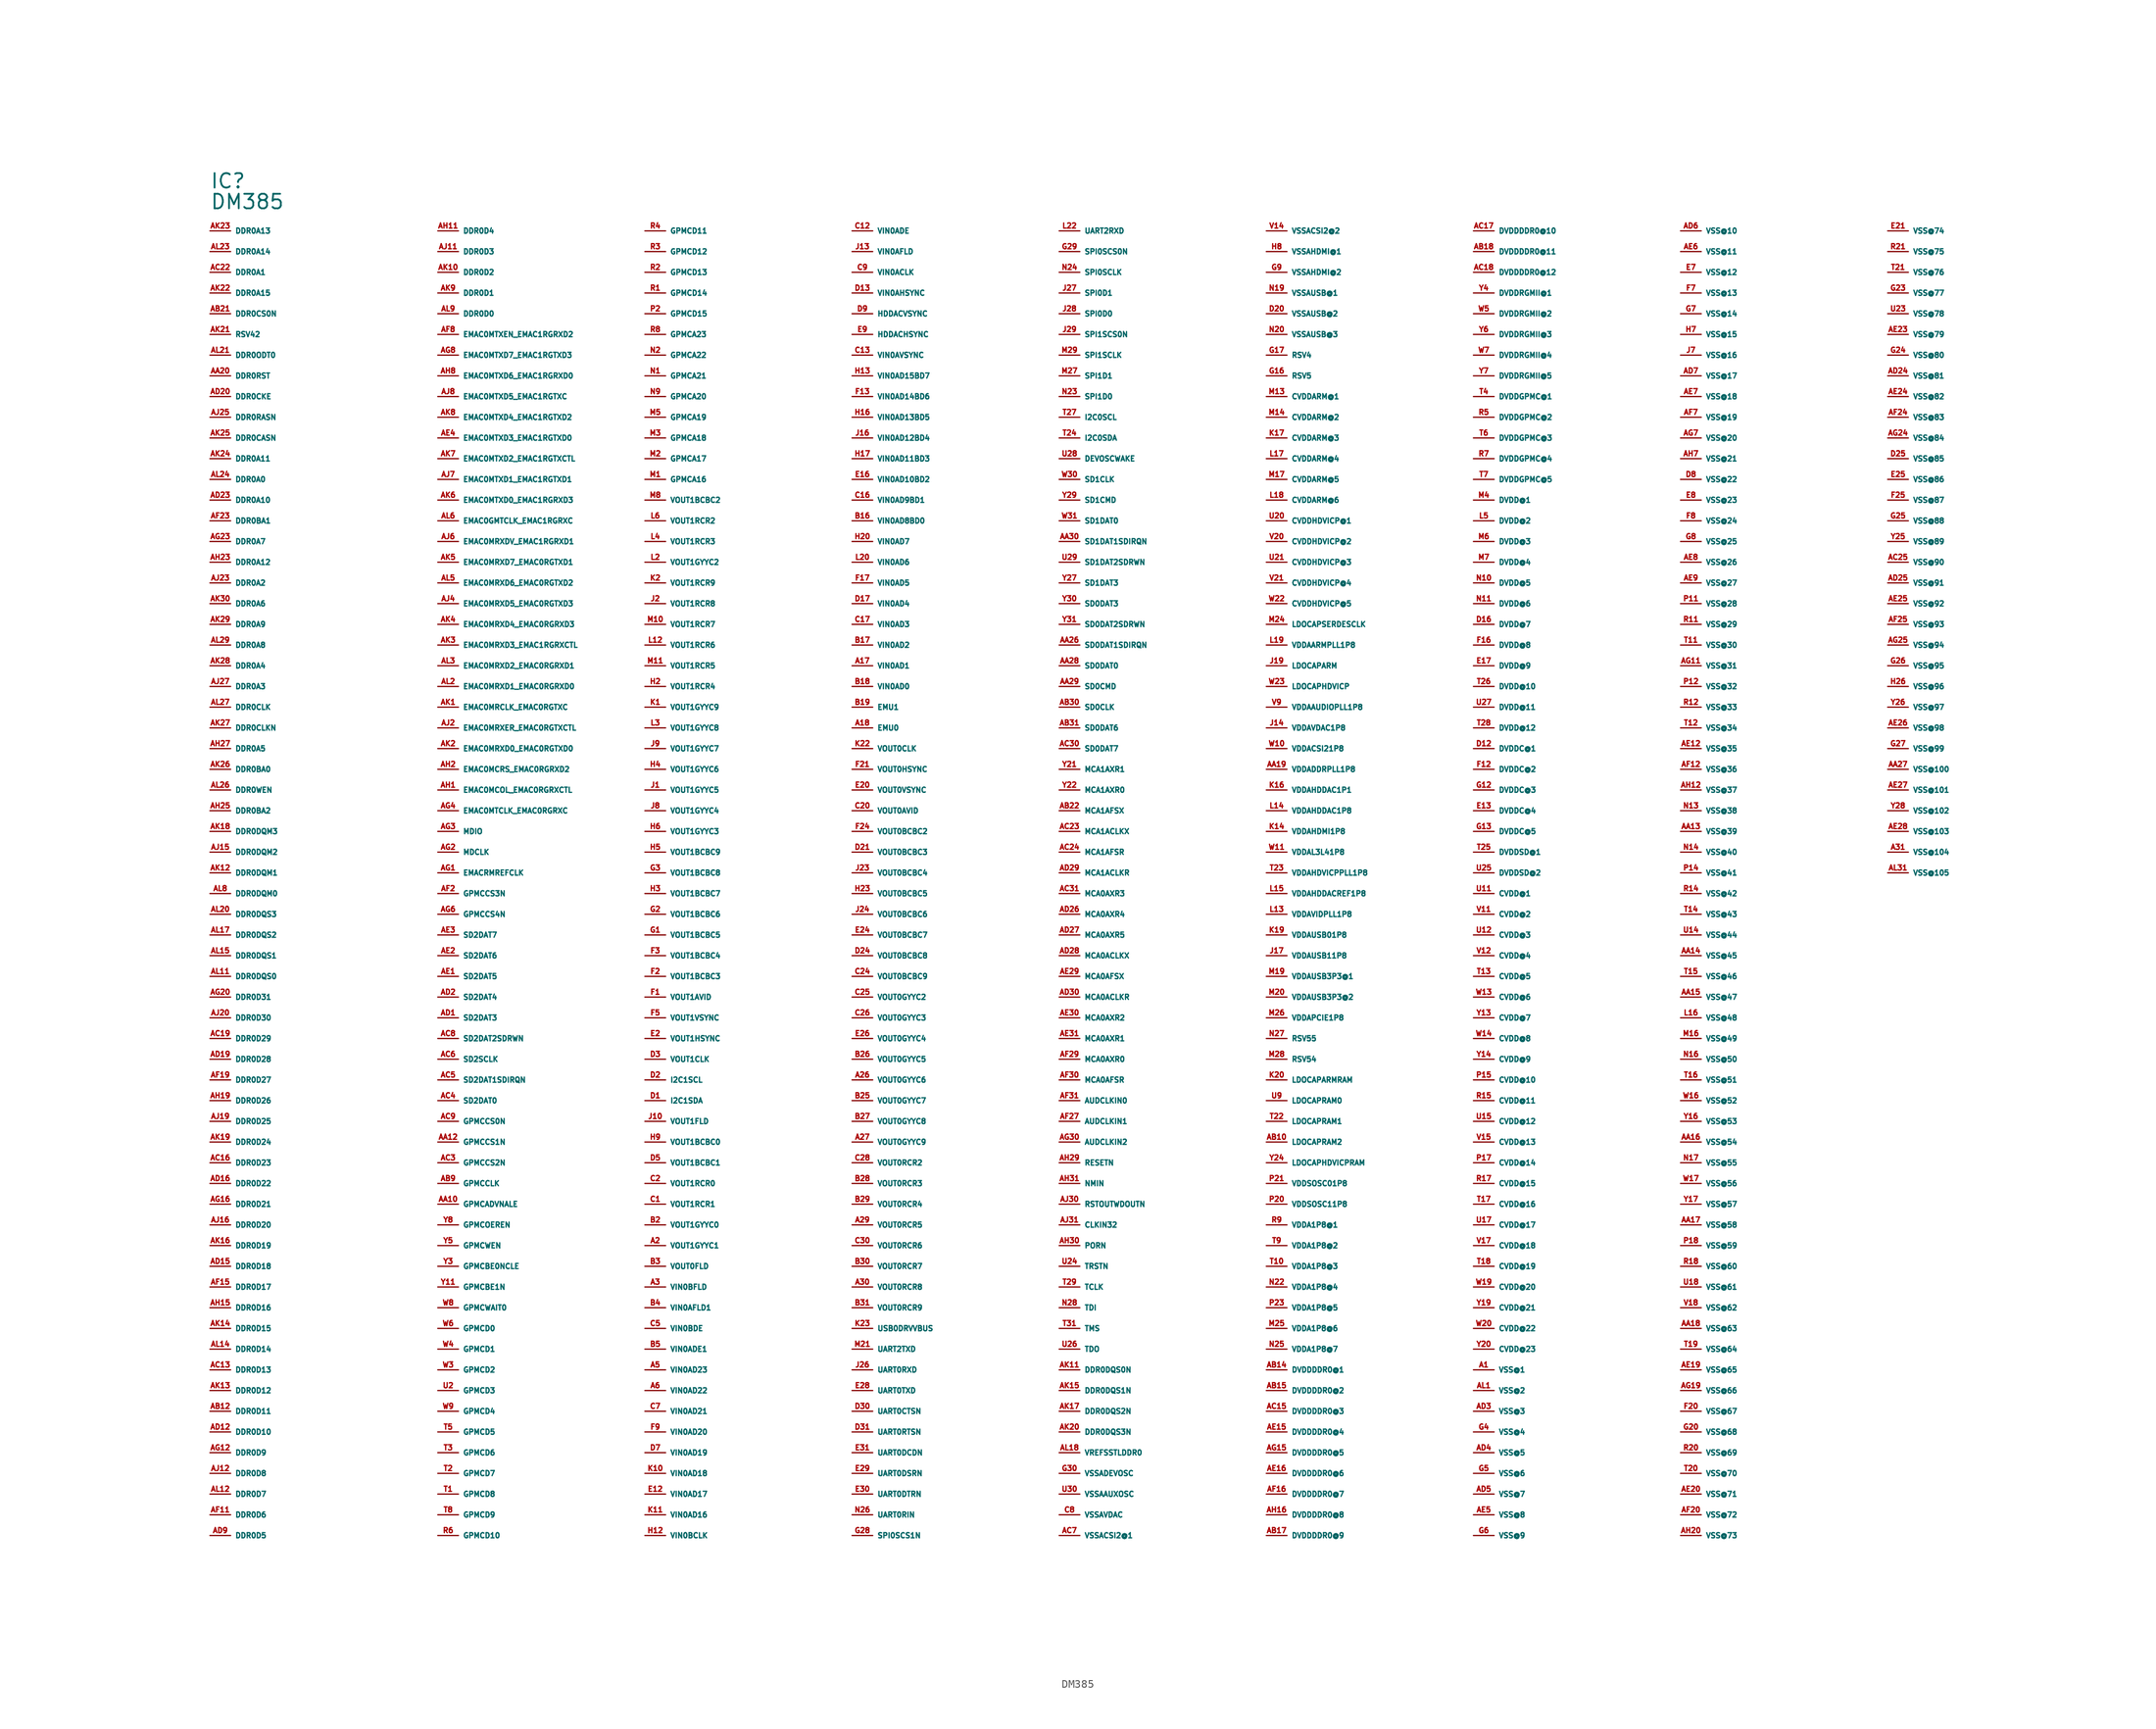
<source format=kicad_sym>
(kicad_symbol_lib
  (version 20220914)
  (generator Eagle2Kicad)
  (symbol "DM385"
    (property "Reference" "IC"
      (at -106.68 86.36 0)
      (effects (font (size 1.778 1.778) (thickness 0.22)) (justify left bottom)))
    (property "Value" "DM385"
      (at -106.68 83.82 0)
      (effects (font (size 1.778 1.778) (thickness 0.22)) (justify left bottom)))
    (pin bidirectional line
      (at -106.68 81.28 0)
      (length 2.54)
      (name "DDR0A13" (effects (font (size 0.635 0.635) (thickness 0.08)) (justify left bottom)))
      (number "AK23" (effects (font (size 0.635 0.635) (thickness 0.08)) (justify left bottom))))
    (pin bidirectional line
      (at -106.68 78.74 0)
      (length 2.54)
      (name "DDR0A14" (effects (font (size 0.635 0.635) (thickness 0.08)) (justify left bottom)))
      (number "AL23" (effects (font (size 0.635 0.635) (thickness 0.08)) (justify left bottom))))
    (pin bidirectional line
      (at -106.68 76.2 0)
      (length 2.54)
      (name "DDR0A1" (effects (font (size 0.635 0.635) (thickness 0.08)) (justify left bottom)))
      (number "AC22" (effects (font (size 0.635 0.635) (thickness 0.08)) (justify left bottom))))
    (pin bidirectional line
      (at -106.68 73.66 0)
      (length 2.54)
      (name "DDR0A15" (effects (font (size 0.635 0.635) (thickness 0.08)) (justify left bottom)))
      (number "AK22" (effects (font (size 0.635 0.635) (thickness 0.08)) (justify left bottom))))
    (pin bidirectional line
      (at -106.68 71.12 0)
      (length 2.54)
      (name "DDR0CS0N" (effects (font (size 0.635 0.635) (thickness 0.08)) (justify left bottom)))
      (number "AB21" (effects (font (size 0.635 0.635) (thickness 0.08)) (justify left bottom))))
    (pin bidirectional line
      (at -106.68 68.58 0)
      (length 2.54)
      (name "RSV42" (effects (font (size 0.635 0.635) (thickness 0.08)) (justify left bottom)))
      (number "AK21" (effects (font (size 0.635 0.635) (thickness 0.08)) (justify left bottom))))
    (pin bidirectional line
      (at -106.68 66.04 0)
      (length 2.54)
      (name "DDR0ODT0" (effects (font (size 0.635 0.635) (thickness 0.08)) (justify left bottom)))
      (number "AL21" (effects (font (size 0.635 0.635) (thickness 0.08)) (justify left bottom))))
    (pin bidirectional line
      (at -106.68 63.5 0)
      (length 2.54)
      (name "DDR0RST" (effects (font (size 0.635 0.635) (thickness 0.08)) (justify left bottom)))
      (number "AA20" (effects (font (size 0.635 0.635) (thickness 0.08)) (justify left bottom))))
    (pin bidirectional line
      (at -106.68 60.96 0)
      (length 2.54)
      (name "DDR0CKE" (effects (font (size 0.635 0.635) (thickness 0.08)) (justify left bottom)))
      (number "AD20" (effects (font (size 0.635 0.635) (thickness 0.08)) (justify left bottom))))
    (pin bidirectional line
      (at -106.68 58.42 0)
      (length 2.54)
      (name "DDR0RASN" (effects (font (size 0.635 0.635) (thickness 0.08)) (justify left bottom)))
      (number "AJ25" (effects (font (size 0.635 0.635) (thickness 0.08)) (justify left bottom))))
    (pin bidirectional line
      (at -106.68 55.88 0)
      (length 2.54)
      (name "DDR0CASN" (effects (font (size 0.635 0.635) (thickness 0.08)) (justify left bottom)))
      (number "AK25" (effects (font (size 0.635 0.635) (thickness 0.08)) (justify left bottom))))
    (pin bidirectional line
      (at -106.68 53.34 0)
      (length 2.54)
      (name "DDR0A11" (effects (font (size 0.635 0.635) (thickness 0.08)) (justify left bottom)))
      (number "AK24" (effects (font (size 0.635 0.635) (thickness 0.08)) (justify left bottom))))
    (pin bidirectional line
      (at -106.68 50.8 0)
      (length 2.54)
      (name "DDR0A0" (effects (font (size 0.635 0.635) (thickness 0.08)) (justify left bottom)))
      (number "AL24" (effects (font (size 0.635 0.635) (thickness 0.08)) (justify left bottom))))
    (pin bidirectional line
      (at -106.68 48.26 0)
      (length 2.54)
      (name "DDR0A10" (effects (font (size 0.635 0.635) (thickness 0.08)) (justify left bottom)))
      (number "AD23" (effects (font (size 0.635 0.635) (thickness 0.08)) (justify left bottom))))
    (pin bidirectional line
      (at -106.68 45.72 0)
      (length 2.54)
      (name "DDR0BA1" (effects (font (size 0.635 0.635) (thickness 0.08)) (justify left bottom)))
      (number "AF23" (effects (font (size 0.635 0.635) (thickness 0.08)) (justify left bottom))))
    (pin bidirectional line
      (at -106.68 43.18 0)
      (length 2.54)
      (name "DDR0A7" (effects (font (size 0.635 0.635) (thickness 0.08)) (justify left bottom)))
      (number "AG23" (effects (font (size 0.635 0.635) (thickness 0.08)) (justify left bottom))))
    (pin bidirectional line
      (at -106.68 40.64 0)
      (length 2.54)
      (name "DDR0A12" (effects (font (size 0.635 0.635) (thickness 0.08)) (justify left bottom)))
      (number "AH23" (effects (font (size 0.635 0.635) (thickness 0.08)) (justify left bottom))))
    (pin bidirectional line
      (at -106.68 38.1 0)
      (length 2.54)
      (name "DDR0A2" (effects (font (size 0.635 0.635) (thickness 0.08)) (justify left bottom)))
      (number "AJ23" (effects (font (size 0.635 0.635) (thickness 0.08)) (justify left bottom))))
    (pin bidirectional line
      (at -106.68 35.56 0)
      (length 2.54)
      (name "DDR0A6" (effects (font (size 0.635 0.635) (thickness 0.08)) (justify left bottom)))
      (number "AK30" (effects (font (size 0.635 0.635) (thickness 0.08)) (justify left bottom))))
    (pin bidirectional line
      (at -106.68 33.02 0)
      (length 2.54)
      (name "DDR0A9" (effects (font (size 0.635 0.635) (thickness 0.08)) (justify left bottom)))
      (number "AK29" (effects (font (size 0.635 0.635) (thickness 0.08)) (justify left bottom))))
    (pin bidirectional line
      (at -106.68 30.48 0)
      (length 2.54)
      (name "DDR0A8" (effects (font (size 0.635 0.635) (thickness 0.08)) (justify left bottom)))
      (number "AL29" (effects (font (size 0.635 0.635) (thickness 0.08)) (justify left bottom))))
    (pin bidirectional line
      (at -106.68 27.94 0)
      (length 2.54)
      (name "DDR0A4" (effects (font (size 0.635 0.635) (thickness 0.08)) (justify left bottom)))
      (number "AK28" (effects (font (size 0.635 0.635) (thickness 0.08)) (justify left bottom))))
    (pin bidirectional line
      (at -106.68 25.4 0)
      (length 2.54)
      (name "DDR0A3" (effects (font (size 0.635 0.635) (thickness 0.08)) (justify left bottom)))
      (number "AJ27" (effects (font (size 0.635 0.635) (thickness 0.08)) (justify left bottom))))
    (pin bidirectional line
      (at -106.68 22.86 0)
      (length 2.54)
      (name "DDR0CLK" (effects (font (size 0.635 0.635) (thickness 0.08)) (justify left bottom)))
      (number "AL27" (effects (font (size 0.635 0.635) (thickness 0.08)) (justify left bottom))))
    (pin bidirectional line
      (at -106.68 20.32 0)
      (length 2.54)
      (name "DDR0CLKN" (effects (font (size 0.635 0.635) (thickness 0.08)) (justify left bottom)))
      (number "AK27" (effects (font (size 0.635 0.635) (thickness 0.08)) (justify left bottom))))
    (pin bidirectional line
      (at -106.68 17.78 0)
      (length 2.54)
      (name "DDR0A5" (effects (font (size 0.635 0.635) (thickness 0.08)) (justify left bottom)))
      (number "AH27" (effects (font (size 0.635 0.635) (thickness 0.08)) (justify left bottom))))
    (pin bidirectional line
      (at -106.68 15.24 0)
      (length 2.54)
      (name "DDR0BA0" (effects (font (size 0.635 0.635) (thickness 0.08)) (justify left bottom)))
      (number "AK26" (effects (font (size 0.635 0.635) (thickness 0.08)) (justify left bottom))))
    (pin bidirectional line
      (at -106.68 12.7 0)
      (length 2.54)
      (name "DDR0WEN" (effects (font (size 0.635 0.635) (thickness 0.08)) (justify left bottom)))
      (number "AL26" (effects (font (size 0.635 0.635) (thickness 0.08)) (justify left bottom))))
    (pin bidirectional line
      (at -106.68 10.16 0)
      (length 2.54)
      (name "DDR0BA2" (effects (font (size 0.635 0.635) (thickness 0.08)) (justify left bottom)))
      (number "AH25" (effects (font (size 0.635 0.635) (thickness 0.08)) (justify left bottom))))
    (pin bidirectional line
      (at -106.68 7.62 0)
      (length 2.54)
      (name "DDR0DQM3" (effects (font (size 0.635 0.635) (thickness 0.08)) (justify left bottom)))
      (number "AK18" (effects (font (size 0.635 0.635) (thickness 0.08)) (justify left bottom))))
    (pin bidirectional line
      (at -106.68 5.08 0)
      (length 2.54)
      (name "DDR0DQM2" (effects (font (size 0.635 0.635) (thickness 0.08)) (justify left bottom)))
      (number "AJ15" (effects (font (size 0.635 0.635) (thickness 0.08)) (justify left bottom))))
    (pin bidirectional line
      (at -106.68 2.54 0)
      (length 2.54)
      (name "DDR0DQM1" (effects (font (size 0.635 0.635) (thickness 0.08)) (justify left bottom)))
      (number "AK12" (effects (font (size 0.635 0.635) (thickness 0.08)) (justify left bottom))))
    (pin bidirectional line
      (at -106.68 0 0)
      (length 2.54)
      (name "DDR0DQM0" (effects (font (size 0.635 0.635) (thickness 0.08)) (justify left bottom)))
      (number "AL8" (effects (font (size 0.635 0.635) (thickness 0.08)) (justify left bottom))))
    (pin bidirectional line
      (at -106.68 -2.54 0)
      (length 2.54)
      (name "DDR0DQS3" (effects (font (size 0.635 0.635) (thickness 0.08)) (justify left bottom)))
      (number "AL20" (effects (font (size 0.635 0.635) (thickness 0.08)) (justify left bottom))))
    (pin bidirectional line
      (at -106.68 -5.08 0)
      (length 2.54)
      (name "DDR0DQS2" (effects (font (size 0.635 0.635) (thickness 0.08)) (justify left bottom)))
      (number "AL17" (effects (font (size 0.635 0.635) (thickness 0.08)) (justify left bottom))))
    (pin bidirectional line
      (at -106.68 -7.62 0)
      (length 2.54)
      (name "DDR0DQS1" (effects (font (size 0.635 0.635) (thickness 0.08)) (justify left bottom)))
      (number "AL15" (effects (font (size 0.635 0.635) (thickness 0.08)) (justify left bottom))))
    (pin bidirectional line
      (at -106.68 -10.16 0)
      (length 2.54)
      (name "DDR0DQS0" (effects (font (size 0.635 0.635) (thickness 0.08)) (justify left bottom)))
      (number "AL11" (effects (font (size 0.635 0.635) (thickness 0.08)) (justify left bottom))))
    (pin bidirectional line
      (at -106.68 -12.7 0)
      (length 2.54)
      (name "DDR0D31" (effects (font (size 0.635 0.635) (thickness 0.08)) (justify left bottom)))
      (number "AG20" (effects (font (size 0.635 0.635) (thickness 0.08)) (justify left bottom))))
    (pin bidirectional line
      (at -106.68 -15.24 0)
      (length 2.54)
      (name "DDR0D30" (effects (font (size 0.635 0.635) (thickness 0.08)) (justify left bottom)))
      (number "AJ20" (effects (font (size 0.635 0.635) (thickness 0.08)) (justify left bottom))))
    (pin bidirectional line
      (at -106.68 -17.78 0)
      (length 2.54)
      (name "DDR0D29" (effects (font (size 0.635 0.635) (thickness 0.08)) (justify left bottom)))
      (number "AC19" (effects (font (size 0.635 0.635) (thickness 0.08)) (justify left bottom))))
    (pin bidirectional line
      (at -106.68 -20.32 0)
      (length 2.54)
      (name "DDR0D28" (effects (font (size 0.635 0.635) (thickness 0.08)) (justify left bottom)))
      (number "AD19" (effects (font (size 0.635 0.635) (thickness 0.08)) (justify left bottom))))
    (pin bidirectional line
      (at -106.68 -22.86 0)
      (length 2.54)
      (name "DDR0D27" (effects (font (size 0.635 0.635) (thickness 0.08)) (justify left bottom)))
      (number "AF19" (effects (font (size 0.635 0.635) (thickness 0.08)) (justify left bottom))))
    (pin bidirectional line
      (at -106.68 -25.4 0)
      (length 2.54)
      (name "DDR0D26" (effects (font (size 0.635 0.635) (thickness 0.08)) (justify left bottom)))
      (number "AH19" (effects (font (size 0.635 0.635) (thickness 0.08)) (justify left bottom))))
    (pin bidirectional line
      (at -106.68 -27.94 0)
      (length 2.54)
      (name "DDR0D25" (effects (font (size 0.635 0.635) (thickness 0.08)) (justify left bottom)))
      (number "AJ19" (effects (font (size 0.635 0.635) (thickness 0.08)) (justify left bottom))))
    (pin bidirectional line
      (at -106.68 -30.48 0)
      (length 2.54)
      (name "DDR0D24" (effects (font (size 0.635 0.635) (thickness 0.08)) (justify left bottom)))
      (number "AK19" (effects (font (size 0.635 0.635) (thickness 0.08)) (justify left bottom))))
    (pin bidirectional line
      (at -106.68 -33.02 0)
      (length 2.54)
      (name "DDR0D23" (effects (font (size 0.635 0.635) (thickness 0.08)) (justify left bottom)))
      (number "AC16" (effects (font (size 0.635 0.635) (thickness 0.08)) (justify left bottom))))
    (pin bidirectional line
      (at -106.68 -35.56 0)
      (length 2.54)
      (name "DDR0D22" (effects (font (size 0.635 0.635) (thickness 0.08)) (justify left bottom)))
      (number "AD16" (effects (font (size 0.635 0.635) (thickness 0.08)) (justify left bottom))))
    (pin bidirectional line
      (at -106.68 -38.1 0)
      (length 2.54)
      (name "DDR0D21" (effects (font (size 0.635 0.635) (thickness 0.08)) (justify left bottom)))
      (number "AG16" (effects (font (size 0.635 0.635) (thickness 0.08)) (justify left bottom))))
    (pin bidirectional line
      (at -106.68 -40.64 0)
      (length 2.54)
      (name "DDR0D20" (effects (font (size 0.635 0.635) (thickness 0.08)) (justify left bottom)))
      (number "AJ16" (effects (font (size 0.635 0.635) (thickness 0.08)) (justify left bottom))))
    (pin bidirectional line
      (at -106.68 -43.18 0)
      (length 2.54)
      (name "DDR0D19" (effects (font (size 0.635 0.635) (thickness 0.08)) (justify left bottom)))
      (number "AK16" (effects (font (size 0.635 0.635) (thickness 0.08)) (justify left bottom))))
    (pin bidirectional line
      (at -106.68 -45.72 0)
      (length 2.54)
      (name "DDR0D18" (effects (font (size 0.635 0.635) (thickness 0.08)) (justify left bottom)))
      (number "AD15" (effects (font (size 0.635 0.635) (thickness 0.08)) (justify left bottom))))
    (pin bidirectional line
      (at -106.68 -48.26 0)
      (length 2.54)
      (name "DDR0D17" (effects (font (size 0.635 0.635) (thickness 0.08)) (justify left bottom)))
      (number "AF15" (effects (font (size 0.635 0.635) (thickness 0.08)) (justify left bottom))))
    (pin bidirectional line
      (at -106.68 -50.8 0)
      (length 2.54)
      (name "DDR0D16" (effects (font (size 0.635 0.635) (thickness 0.08)) (justify left bottom)))
      (number "AH15" (effects (font (size 0.635 0.635) (thickness 0.08)) (justify left bottom))))
    (pin bidirectional line
      (at -106.68 -53.34 0)
      (length 2.54)
      (name "DDR0D15" (effects (font (size 0.635 0.635) (thickness 0.08)) (justify left bottom)))
      (number "AK14" (effects (font (size 0.635 0.635) (thickness 0.08)) (justify left bottom))))
    (pin bidirectional line
      (at -106.68 -55.88 0)
      (length 2.54)
      (name "DDR0D14" (effects (font (size 0.635 0.635) (thickness 0.08)) (justify left bottom)))
      (number "AL14" (effects (font (size 0.635 0.635) (thickness 0.08)) (justify left bottom))))
    (pin bidirectional line
      (at -106.68 -58.42 0)
      (length 2.54)
      (name "DDR0D13" (effects (font (size 0.635 0.635) (thickness 0.08)) (justify left bottom)))
      (number "AC13" (effects (font (size 0.635 0.635) (thickness 0.08)) (justify left bottom))))
    (pin bidirectional line
      (at -106.68 -60.96 0)
      (length 2.54)
      (name "DDR0D12" (effects (font (size 0.635 0.635) (thickness 0.08)) (justify left bottom)))
      (number "AK13" (effects (font (size 0.635 0.635) (thickness 0.08)) (justify left bottom))))
    (pin bidirectional line
      (at -106.68 -63.5 0)
      (length 2.54)
      (name "DDR0D11" (effects (font (size 0.635 0.635) (thickness 0.08)) (justify left bottom)))
      (number "AB12" (effects (font (size 0.635 0.635) (thickness 0.08)) (justify left bottom))))
    (pin bidirectional line
      (at -106.68 -66.04 0)
      (length 2.54)
      (name "DDR0D10" (effects (font (size 0.635 0.635) (thickness 0.08)) (justify left bottom)))
      (number "AD12" (effects (font (size 0.635 0.635) (thickness 0.08)) (justify left bottom))))
    (pin bidirectional line
      (at -106.68 -68.58 0)
      (length 2.54)
      (name "DDR0D9" (effects (font (size 0.635 0.635) (thickness 0.08)) (justify left bottom)))
      (number "AG12" (effects (font (size 0.635 0.635) (thickness 0.08)) (justify left bottom))))
    (pin bidirectional line
      (at -106.68 -71.12 0)
      (length 2.54)
      (name "DDR0D8" (effects (font (size 0.635 0.635) (thickness 0.08)) (justify left bottom)))
      (number "AJ12" (effects (font (size 0.635 0.635) (thickness 0.08)) (justify left bottom))))
    (pin bidirectional line
      (at -106.68 -73.66 0)
      (length 2.54)
      (name "DDR0D7" (effects (font (size 0.635 0.635) (thickness 0.08)) (justify left bottom)))
      (number "AL12" (effects (font (size 0.635 0.635) (thickness 0.08)) (justify left bottom))))
    (pin bidirectional line
      (at -106.68 -76.2 0)
      (length 2.54)
      (name "DDR0D6" (effects (font (size 0.635 0.635) (thickness 0.08)) (justify left bottom)))
      (number "AF11" (effects (font (size 0.635 0.635) (thickness 0.08)) (justify left bottom))))
    (pin bidirectional line
      (at -106.68 -78.74 0)
      (length 2.54)
      (name "DDR0D5" (effects (font (size 0.635 0.635) (thickness 0.08)) (justify left bottom)))
      (number "AD9" (effects (font (size 0.635 0.635) (thickness 0.08)) (justify left bottom))))
    (pin bidirectional line
      (at -78.74 81.28 0)
      (length 2.54)
      (name "DDR0D4" (effects (font (size 0.635 0.635) (thickness 0.08)) (justify left bottom)))
      (number "AH11" (effects (font (size 0.635 0.635) (thickness 0.08)) (justify left bottom))))
    (pin bidirectional line
      (at -78.74 78.74 0)
      (length 2.54)
      (name "DDR0D3" (effects (font (size 0.635 0.635) (thickness 0.08)) (justify left bottom)))
      (number "AJ11" (effects (font (size 0.635 0.635) (thickness 0.08)) (justify left bottom))))
    (pin bidirectional line
      (at -78.74 76.2 0)
      (length 2.54)
      (name "DDR0D2" (effects (font (size 0.635 0.635) (thickness 0.08)) (justify left bottom)))
      (number "AK10" (effects (font (size 0.635 0.635) (thickness 0.08)) (justify left bottom))))
    (pin bidirectional line
      (at -78.74 73.66 0)
      (length 2.54)
      (name "DDR0D1" (effects (font (size 0.635 0.635) (thickness 0.08)) (justify left bottom)))
      (number "AK9" (effects (font (size 0.635 0.635) (thickness 0.08)) (justify left bottom))))
    (pin bidirectional line
      (at -78.74 71.12 0)
      (length 2.54)
      (name "DDR0D0" (effects (font (size 0.635 0.635) (thickness 0.08)) (justify left bottom)))
      (number "AL9" (effects (font (size 0.635 0.635) (thickness 0.08)) (justify left bottom))))
    (pin bidirectional line
      (at -78.74 68.58 0)
      (length 2.54)
      (name "EMAC0MTXEN_EMAC1RGRXD2" (effects (font (size 0.635 0.635) (thickness 0.08)) (justify left bottom)))
      (number "AF8" (effects (font (size 0.635 0.635) (thickness 0.08)) (justify left bottom))))
    (pin bidirectional line
      (at -78.74 66.04 0)
      (length 2.54)
      (name "EMAC0MTXD7_EMAC1RGTXD3" (effects (font (size 0.635 0.635) (thickness 0.08)) (justify left bottom)))
      (number "AG8" (effects (font (size 0.635 0.635) (thickness 0.08)) (justify left bottom))))
    (pin bidirectional line
      (at -78.74 63.5 0)
      (length 2.54)
      (name "EMAC0MTXD6_EMAC1RGRXD0" (effects (font (size 0.635 0.635) (thickness 0.08)) (justify left bottom)))
      (number "AH8" (effects (font (size 0.635 0.635) (thickness 0.08)) (justify left bottom))))
    (pin bidirectional line
      (at -78.74 60.96 0)
      (length 2.54)
      (name "EMAC0MTXD5_EMAC1RGTXC" (effects (font (size 0.635 0.635) (thickness 0.08)) (justify left bottom)))
      (number "AJ8" (effects (font (size 0.635 0.635) (thickness 0.08)) (justify left bottom))))
    (pin bidirectional line
      (at -78.74 58.42 0)
      (length 2.54)
      (name "EMAC0MTXD4_EMAC1RGTXD2" (effects (font (size 0.635 0.635) (thickness 0.08)) (justify left bottom)))
      (number "AK8" (effects (font (size 0.635 0.635) (thickness 0.08)) (justify left bottom))))
    (pin bidirectional line
      (at -78.74 55.88 0)
      (length 2.54)
      (name "EMAC0MTXD3_EMAC1RGTXD0" (effects (font (size 0.635 0.635) (thickness 0.08)) (justify left bottom)))
      (number "AE4" (effects (font (size 0.635 0.635) (thickness 0.08)) (justify left bottom))))
    (pin bidirectional line
      (at -78.74 53.34 0)
      (length 2.54)
      (name "EMAC0MTXD2_EMAC1RGTXCTL" (effects (font (size 0.635 0.635) (thickness 0.08)) (justify left bottom)))
      (number "AK7" (effects (font (size 0.635 0.635) (thickness 0.08)) (justify left bottom))))
    (pin bidirectional line
      (at -78.74 50.8 0)
      (length 2.54)
      (name "EMAC0MTXD1_EMAC1RGTXD1" (effects (font (size 0.635 0.635) (thickness 0.08)) (justify left bottom)))
      (number "AJ7" (effects (font (size 0.635 0.635) (thickness 0.08)) (justify left bottom))))
    (pin bidirectional line
      (at -78.74 48.26 0)
      (length 2.54)
      (name "EMAC0MTXD0_EMAC1RGRXD3" (effects (font (size 0.635 0.635) (thickness 0.08)) (justify left bottom)))
      (number "AK6" (effects (font (size 0.635 0.635) (thickness 0.08)) (justify left bottom))))
    (pin bidirectional line
      (at -78.74 45.72 0)
      (length 2.54)
      (name "EMAC0GMTCLK_EMAC1RGRXC" (effects (font (size 0.635 0.635) (thickness 0.08)) (justify left bottom)))
      (number "AL6" (effects (font (size 0.635 0.635) (thickness 0.08)) (justify left bottom))))
    (pin bidirectional line
      (at -78.74 43.18 0)
      (length 2.54)
      (name "EMAC0MRXDV_EMAC1RGRXD1" (effects (font (size 0.635 0.635) (thickness 0.08)) (justify left bottom)))
      (number "AJ6" (effects (font (size 0.635 0.635) (thickness 0.08)) (justify left bottom))))
    (pin bidirectional line
      (at -78.74 40.64 0)
      (length 2.54)
      (name "EMAC0MRXD7_EMAC0RGTXD1" (effects (font (size 0.635 0.635) (thickness 0.08)) (justify left bottom)))
      (number "AK5" (effects (font (size 0.635 0.635) (thickness 0.08)) (justify left bottom))))
    (pin bidirectional line
      (at -78.74 38.1 0)
      (length 2.54)
      (name "EMAC0MRXD6_EMAC0RGTXD2" (effects (font (size 0.635 0.635) (thickness 0.08)) (justify left bottom)))
      (number "AL5" (effects (font (size 0.635 0.635) (thickness 0.08)) (justify left bottom))))
    (pin bidirectional line
      (at -78.74 35.56 0)
      (length 2.54)
      (name "EMAC0MRXD5_EMAC0RGTXD3" (effects (font (size 0.635 0.635) (thickness 0.08)) (justify left bottom)))
      (number "AJ4" (effects (font (size 0.635 0.635) (thickness 0.08)) (justify left bottom))))
    (pin bidirectional line
      (at -78.74 33.02 0)
      (length 2.54)
      (name "EMAC0MRXD4_EMAC0RGRXD3" (effects (font (size 0.635 0.635) (thickness 0.08)) (justify left bottom)))
      (number "AK4" (effects (font (size 0.635 0.635) (thickness 0.08)) (justify left bottom))))
    (pin bidirectional line
      (at -78.74 30.48 0)
      (length 2.54)
      (name "EMAC0MRXD3_EMAC1RGRXCTL" (effects (font (size 0.635 0.635) (thickness 0.08)) (justify left bottom)))
      (number "AK3" (effects (font (size 0.635 0.635) (thickness 0.08)) (justify left bottom))))
    (pin bidirectional line
      (at -78.74 27.94 0)
      (length 2.54)
      (name "EMAC0MRXD2_EMAC0RGRXD1" (effects (font (size 0.635 0.635) (thickness 0.08)) (justify left bottom)))
      (number "AL3" (effects (font (size 0.635 0.635) (thickness 0.08)) (justify left bottom))))
    (pin bidirectional line
      (at -78.74 25.4 0)
      (length 2.54)
      (name "EMAC0MRXD1_EMAC0RGRXD0" (effects (font (size 0.635 0.635) (thickness 0.08)) (justify left bottom)))
      (number "AL2" (effects (font (size 0.635 0.635) (thickness 0.08)) (justify left bottom))))
    (pin bidirectional line
      (at -78.74 22.86 0)
      (length 2.54)
      (name "EMAC0MRCLK_EMAC0RGTXC" (effects (font (size 0.635 0.635) (thickness 0.08)) (justify left bottom)))
      (number "AK1" (effects (font (size 0.635 0.635) (thickness 0.08)) (justify left bottom))))
    (pin bidirectional line
      (at -78.74 20.32 0)
      (length 2.54)
      (name "EMAC0MRXER_EMAC0RGTXCTL" (effects (font (size 0.635 0.635) (thickness 0.08)) (justify left bottom)))
      (number "AJ2" (effects (font (size 0.635 0.635) (thickness 0.08)) (justify left bottom))))
    (pin bidirectional line
      (at -78.74 17.78 0)
      (length 2.54)
      (name "EMAC0MRXD0_EMAC0RGTXD0" (effects (font (size 0.635 0.635) (thickness 0.08)) (justify left bottom)))
      (number "AK2" (effects (font (size 0.635 0.635) (thickness 0.08)) (justify left bottom))))
    (pin bidirectional line
      (at -78.74 15.24 0)
      (length 2.54)
      (name "EMAC0MCRS_EMAC0RGRXD2" (effects (font (size 0.635 0.635) (thickness 0.08)) (justify left bottom)))
      (number "AH2" (effects (font (size 0.635 0.635) (thickness 0.08)) (justify left bottom))))
    (pin bidirectional line
      (at -78.74 12.7 0)
      (length 2.54)
      (name "EMAC0MCOL_EMAC0RGRXCTL" (effects (font (size 0.635 0.635) (thickness 0.08)) (justify left bottom)))
      (number "AH1" (effects (font (size 0.635 0.635) (thickness 0.08)) (justify left bottom))))
    (pin bidirectional line
      (at -78.74 10.16 0)
      (length 2.54)
      (name "EMAC0MTCLK_EMAC0RGRXC" (effects (font (size 0.635 0.635) (thickness 0.08)) (justify left bottom)))
      (number "AG4" (effects (font (size 0.635 0.635) (thickness 0.08)) (justify left bottom))))
    (pin bidirectional line
      (at -78.74 7.62 0)
      (length 2.54)
      (name "MDIO" (effects (font (size 0.635 0.635) (thickness 0.08)) (justify left bottom)))
      (number "AG3" (effects (font (size 0.635 0.635) (thickness 0.08)) (justify left bottom))))
    (pin bidirectional line
      (at -78.74 5.08 0)
      (length 2.54)
      (name "MDCLK" (effects (font (size 0.635 0.635) (thickness 0.08)) (justify left bottom)))
      (number "AG2" (effects (font (size 0.635 0.635) (thickness 0.08)) (justify left bottom))))
    (pin bidirectional line
      (at -78.74 2.54 0)
      (length 2.54)
      (name "EMACRMREFCLK" (effects (font (size 0.635 0.635) (thickness 0.08)) (justify left bottom)))
      (number "AG1" (effects (font (size 0.635 0.635) (thickness 0.08)) (justify left bottom))))
    (pin bidirectional line
      (at -78.74 0 0)
      (length 2.54)
      (name "GPMCCS3N" (effects (font (size 0.635 0.635) (thickness 0.08)) (justify left bottom)))
      (number "AF2" (effects (font (size 0.635 0.635) (thickness 0.08)) (justify left bottom))))
    (pin bidirectional line
      (at -78.74 -2.54 0)
      (length 2.54)
      (name "GPMCCS4N" (effects (font (size 0.635 0.635) (thickness 0.08)) (justify left bottom)))
      (number "AG6" (effects (font (size 0.635 0.635) (thickness 0.08)) (justify left bottom))))
    (pin bidirectional line
      (at -78.74 -5.08 0)
      (length 2.54)
      (name "SD2DAT7" (effects (font (size 0.635 0.635) (thickness 0.08)) (justify left bottom)))
      (number "AE3" (effects (font (size 0.635 0.635) (thickness 0.08)) (justify left bottom))))
    (pin bidirectional line
      (at -78.74 -7.62 0)
      (length 2.54)
      (name "SD2DAT6" (effects (font (size 0.635 0.635) (thickness 0.08)) (justify left bottom)))
      (number "AE2" (effects (font (size 0.635 0.635) (thickness 0.08)) (justify left bottom))))
    (pin bidirectional line
      (at -78.74 -10.16 0)
      (length 2.54)
      (name "SD2DAT5" (effects (font (size 0.635 0.635) (thickness 0.08)) (justify left bottom)))
      (number "AE1" (effects (font (size 0.635 0.635) (thickness 0.08)) (justify left bottom))))
    (pin bidirectional line
      (at -78.74 -12.7 0)
      (length 2.54)
      (name "SD2DAT4" (effects (font (size 0.635 0.635) (thickness 0.08)) (justify left bottom)))
      (number "AD2" (effects (font (size 0.635 0.635) (thickness 0.08)) (justify left bottom))))
    (pin bidirectional line
      (at -78.74 -15.24 0)
      (length 2.54)
      (name "SD2DAT3" (effects (font (size 0.635 0.635) (thickness 0.08)) (justify left bottom)))
      (number "AD1" (effects (font (size 0.635 0.635) (thickness 0.08)) (justify left bottom))))
    (pin bidirectional line
      (at -78.74 -17.78 0)
      (length 2.54)
      (name "SD2DAT2SDRWN" (effects (font (size 0.635 0.635) (thickness 0.08)) (justify left bottom)))
      (number "AC8" (effects (font (size 0.635 0.635) (thickness 0.08)) (justify left bottom))))
    (pin bidirectional line
      (at -78.74 -20.32 0)
      (length 2.54)
      (name "SD2SCLK" (effects (font (size 0.635 0.635) (thickness 0.08)) (justify left bottom)))
      (number "AC6" (effects (font (size 0.635 0.635) (thickness 0.08)) (justify left bottom))))
    (pin bidirectional line
      (at -78.74 -22.86 0)
      (length 2.54)
      (name "SD2DAT1SDIRQN" (effects (font (size 0.635 0.635) (thickness 0.08)) (justify left bottom)))
      (number "AC5" (effects (font (size 0.635 0.635) (thickness 0.08)) (justify left bottom))))
    (pin bidirectional line
      (at -78.74 -25.4 0)
      (length 2.54)
      (name "SD2DAT0" (effects (font (size 0.635 0.635) (thickness 0.08)) (justify left bottom)))
      (number "AC4" (effects (font (size 0.635 0.635) (thickness 0.08)) (justify left bottom))))
    (pin bidirectional line
      (at -78.74 -27.94 0)
      (length 2.54)
      (name "GPMCCS0N" (effects (font (size 0.635 0.635) (thickness 0.08)) (justify left bottom)))
      (number "AC9" (effects (font (size 0.635 0.635) (thickness 0.08)) (justify left bottom))))
    (pin bidirectional line
      (at -78.74 -30.48 0)
      (length 2.54)
      (name "GPMCCS1N" (effects (font (size 0.635 0.635) (thickness 0.08)) (justify left bottom)))
      (number "AA12" (effects (font (size 0.635 0.635) (thickness 0.08)) (justify left bottom))))
    (pin bidirectional line
      (at -78.74 -33.02 0)
      (length 2.54)
      (name "GPMCCS2N" (effects (font (size 0.635 0.635) (thickness 0.08)) (justify left bottom)))
      (number "AC3" (effects (font (size 0.635 0.635) (thickness 0.08)) (justify left bottom))))
    (pin bidirectional line
      (at -78.74 -35.56 0)
      (length 2.54)
      (name "GPMCCLK" (effects (font (size 0.635 0.635) (thickness 0.08)) (justify left bottom)))
      (number "AB9" (effects (font (size 0.635 0.635) (thickness 0.08)) (justify left bottom))))
    (pin bidirectional line
      (at -78.74 -38.1 0)
      (length 2.54)
      (name "GPMCADVNALE" (effects (font (size 0.635 0.635) (thickness 0.08)) (justify left bottom)))
      (number "AA10" (effects (font (size 0.635 0.635) (thickness 0.08)) (justify left bottom))))
    (pin bidirectional line
      (at -78.74 -40.64 0)
      (length 2.54)
      (name "GPMCOEREN" (effects (font (size 0.635 0.635) (thickness 0.08)) (justify left bottom)))
      (number "Y8" (effects (font (size 0.635 0.635) (thickness 0.08)) (justify left bottom))))
    (pin bidirectional line
      (at -78.74 -43.18 0)
      (length 2.54)
      (name "GPMCWEN" (effects (font (size 0.635 0.635) (thickness 0.08)) (justify left bottom)))
      (number "Y5" (effects (font (size 0.635 0.635) (thickness 0.08)) (justify left bottom))))
    (pin bidirectional line
      (at -78.74 -45.72 0)
      (length 2.54)
      (name "GPMCBE0NCLE" (effects (font (size 0.635 0.635) (thickness 0.08)) (justify left bottom)))
      (number "Y3" (effects (font (size 0.635 0.635) (thickness 0.08)) (justify left bottom))))
    (pin bidirectional line
      (at -78.74 -48.26 0)
      (length 2.54)
      (name "GPMCBE1N" (effects (font (size 0.635 0.635) (thickness 0.08)) (justify left bottom)))
      (number "Y11" (effects (font (size 0.635 0.635) (thickness 0.08)) (justify left bottom))))
    (pin bidirectional line
      (at -78.74 -50.8 0)
      (length 2.54)
      (name "GPMCWAIT0" (effects (font (size 0.635 0.635) (thickness 0.08)) (justify left bottom)))
      (number "W8" (effects (font (size 0.635 0.635) (thickness 0.08)) (justify left bottom))))
    (pin bidirectional line
      (at -78.74 -53.34 0)
      (length 2.54)
      (name "GPMCD0" (effects (font (size 0.635 0.635) (thickness 0.08)) (justify left bottom)))
      (number "W6" (effects (font (size 0.635 0.635) (thickness 0.08)) (justify left bottom))))
    (pin bidirectional line
      (at -78.74 -55.88 0)
      (length 2.54)
      (name "GPMCD1" (effects (font (size 0.635 0.635) (thickness 0.08)) (justify left bottom)))
      (number "W4" (effects (font (size 0.635 0.635) (thickness 0.08)) (justify left bottom))))
    (pin bidirectional line
      (at -78.74 -58.42 0)
      (length 2.54)
      (name "GPMCD2" (effects (font (size 0.635 0.635) (thickness 0.08)) (justify left bottom)))
      (number "W3" (effects (font (size 0.635 0.635) (thickness 0.08)) (justify left bottom))))
    (pin bidirectional line
      (at -78.74 -60.96 0)
      (length 2.54)
      (name "GPMCD3" (effects (font (size 0.635 0.635) (thickness 0.08)) (justify left bottom)))
      (number "U2" (effects (font (size 0.635 0.635) (thickness 0.08)) (justify left bottom))))
    (pin bidirectional line
      (at -78.74 -63.5 0)
      (length 2.54)
      (name "GPMCD4" (effects (font (size 0.635 0.635) (thickness 0.08)) (justify left bottom)))
      (number "W9" (effects (font (size 0.635 0.635) (thickness 0.08)) (justify left bottom))))
    (pin bidirectional line
      (at -78.74 -66.04 0)
      (length 2.54)
      (name "GPMCD5" (effects (font (size 0.635 0.635) (thickness 0.08)) (justify left bottom)))
      (number "T5" (effects (font (size 0.635 0.635) (thickness 0.08)) (justify left bottom))))
    (pin bidirectional line
      (at -78.74 -68.58 0)
      (length 2.54)
      (name "GPMCD6" (effects (font (size 0.635 0.635) (thickness 0.08)) (justify left bottom)))
      (number "T3" (effects (font (size 0.635 0.635) (thickness 0.08)) (justify left bottom))))
    (pin bidirectional line
      (at -78.74 -71.12 0)
      (length 2.54)
      (name "GPMCD7" (effects (font (size 0.635 0.635) (thickness 0.08)) (justify left bottom)))
      (number "T2" (effects (font (size 0.635 0.635) (thickness 0.08)) (justify left bottom))))
    (pin bidirectional line
      (at -78.74 -73.66 0)
      (length 2.54)
      (name "GPMCD8" (effects (font (size 0.635 0.635) (thickness 0.08)) (justify left bottom)))
      (number "T1" (effects (font (size 0.635 0.635) (thickness 0.08)) (justify left bottom))))
    (pin bidirectional line
      (at -78.74 -76.2 0)
      (length 2.54)
      (name "GPMCD9" (effects (font (size 0.635 0.635) (thickness 0.08)) (justify left bottom)))
      (number "T8" (effects (font (size 0.635 0.635) (thickness 0.08)) (justify left bottom))))
    (pin bidirectional line
      (at -78.74 -78.74 0)
      (length 2.54)
      (name "GPMCD10" (effects (font (size 0.635 0.635) (thickness 0.08)) (justify left bottom)))
      (number "R6" (effects (font (size 0.635 0.635) (thickness 0.08)) (justify left bottom))))
    (pin bidirectional line
      (at -53.34 81.28 0)
      (length 2.54)
      (name "GPMCD11" (effects (font (size 0.635 0.635) (thickness 0.08)) (justify left bottom)))
      (number "R4" (effects (font (size 0.635 0.635) (thickness 0.08)) (justify left bottom))))
    (pin bidirectional line
      (at -53.34 78.74 0)
      (length 2.54)
      (name "GPMCD12" (effects (font (size 0.635 0.635) (thickness 0.08)) (justify left bottom)))
      (number "R3" (effects (font (size 0.635 0.635) (thickness 0.08)) (justify left bottom))))
    (pin bidirectional line
      (at -53.34 76.2 0)
      (length 2.54)
      (name "GPMCD13" (effects (font (size 0.635 0.635) (thickness 0.08)) (justify left bottom)))
      (number "R2" (effects (font (size 0.635 0.635) (thickness 0.08)) (justify left bottom))))
    (pin bidirectional line
      (at -53.34 73.66 0)
      (length 2.54)
      (name "GPMCD14" (effects (font (size 0.635 0.635) (thickness 0.08)) (justify left bottom)))
      (number "R1" (effects (font (size 0.635 0.635) (thickness 0.08)) (justify left bottom))))
    (pin bidirectional line
      (at -53.34 71.12 0)
      (length 2.54)
      (name "GPMCD15" (effects (font (size 0.635 0.635) (thickness 0.08)) (justify left bottom)))
      (number "P2" (effects (font (size 0.635 0.635) (thickness 0.08)) (justify left bottom))))
    (pin bidirectional line
      (at -53.34 68.58 0)
      (length 2.54)
      (name "GPMCA23" (effects (font (size 0.635 0.635) (thickness 0.08)) (justify left bottom)))
      (number "R8" (effects (font (size 0.635 0.635) (thickness 0.08)) (justify left bottom))))
    (pin bidirectional line
      (at -53.34 66.04 0)
      (length 2.54)
      (name "GPMCA22" (effects (font (size 0.635 0.635) (thickness 0.08)) (justify left bottom)))
      (number "N2" (effects (font (size 0.635 0.635) (thickness 0.08)) (justify left bottom))))
    (pin bidirectional line
      (at -53.34 63.5 0)
      (length 2.54)
      (name "GPMCA21" (effects (font (size 0.635 0.635) (thickness 0.08)) (justify left bottom)))
      (number "N1" (effects (font (size 0.635 0.635) (thickness 0.08)) (justify left bottom))))
    (pin bidirectional line
      (at -53.34 60.96 0)
      (length 2.54)
      (name "GPMCA20" (effects (font (size 0.635 0.635) (thickness 0.08)) (justify left bottom)))
      (number "N9" (effects (font (size 0.635 0.635) (thickness 0.08)) (justify left bottom))))
    (pin bidirectional line
      (at -53.34 58.42 0)
      (length 2.54)
      (name "GPMCA19" (effects (font (size 0.635 0.635) (thickness 0.08)) (justify left bottom)))
      (number "M5" (effects (font (size 0.635 0.635) (thickness 0.08)) (justify left bottom))))
    (pin bidirectional line
      (at -53.34 55.88 0)
      (length 2.54)
      (name "GPMCA18" (effects (font (size 0.635 0.635) (thickness 0.08)) (justify left bottom)))
      (number "M3" (effects (font (size 0.635 0.635) (thickness 0.08)) (justify left bottom))))
    (pin bidirectional line
      (at -53.34 53.34 0)
      (length 2.54)
      (name "GPMCA17" (effects (font (size 0.635 0.635) (thickness 0.08)) (justify left bottom)))
      (number "M2" (effects (font (size 0.635 0.635) (thickness 0.08)) (justify left bottom))))
    (pin bidirectional line
      (at -53.34 50.8 0)
      (length 2.54)
      (name "GPMCA16" (effects (font (size 0.635 0.635) (thickness 0.08)) (justify left bottom)))
      (number "M1" (effects (font (size 0.635 0.635) (thickness 0.08)) (justify left bottom))))
    (pin bidirectional line
      (at -53.34 48.26 0)
      (length 2.54)
      (name "VOUT1BCBC2" (effects (font (size 0.635 0.635) (thickness 0.08)) (justify left bottom)))
      (number "M8" (effects (font (size 0.635 0.635) (thickness 0.08)) (justify left bottom))))
    (pin bidirectional line
      (at -53.34 45.72 0)
      (length 2.54)
      (name "VOUT1RCR2" (effects (font (size 0.635 0.635) (thickness 0.08)) (justify left bottom)))
      (number "L6" (effects (font (size 0.635 0.635) (thickness 0.08)) (justify left bottom))))
    (pin bidirectional line
      (at -53.34 43.18 0)
      (length 2.54)
      (name "VOUT1RCR3" (effects (font (size 0.635 0.635) (thickness 0.08)) (justify left bottom)))
      (number "L4" (effects (font (size 0.635 0.635) (thickness 0.08)) (justify left bottom))))
    (pin bidirectional line
      (at -53.34 40.64 0)
      (length 2.54)
      (name "VOUT1GYYC2" (effects (font (size 0.635 0.635) (thickness 0.08)) (justify left bottom)))
      (number "L2" (effects (font (size 0.635 0.635) (thickness 0.08)) (justify left bottom))))
    (pin bidirectional line
      (at -53.34 38.1 0)
      (length 2.54)
      (name "VOUT1RCR9" (effects (font (size 0.635 0.635) (thickness 0.08)) (justify left bottom)))
      (number "K2" (effects (font (size 0.635 0.635) (thickness 0.08)) (justify left bottom))))
    (pin bidirectional line
      (at -53.34 35.56 0)
      (length 2.54)
      (name "VOUT1RCR8" (effects (font (size 0.635 0.635) (thickness 0.08)) (justify left bottom)))
      (number "J2" (effects (font (size 0.635 0.635) (thickness 0.08)) (justify left bottom))))
    (pin bidirectional line
      (at -53.34 33.02 0)
      (length 2.54)
      (name "VOUT1RCR7" (effects (font (size 0.635 0.635) (thickness 0.08)) (justify left bottom)))
      (number "M10" (effects (font (size 0.635 0.635) (thickness 0.08)) (justify left bottom))))
    (pin bidirectional line
      (at -53.34 30.48 0)
      (length 2.54)
      (name "VOUT1RCR6" (effects (font (size 0.635 0.635) (thickness 0.08)) (justify left bottom)))
      (number "L12" (effects (font (size 0.635 0.635) (thickness 0.08)) (justify left bottom))))
    (pin bidirectional line
      (at -53.34 27.94 0)
      (length 2.54)
      (name "VOUT1RCR5" (effects (font (size 0.635 0.635) (thickness 0.08)) (justify left bottom)))
      (number "M11" (effects (font (size 0.635 0.635) (thickness 0.08)) (justify left bottom))))
    (pin bidirectional line
      (at -53.34 25.4 0)
      (length 2.54)
      (name "VOUT1RCR4" (effects (font (size 0.635 0.635) (thickness 0.08)) (justify left bottom)))
      (number "H2" (effects (font (size 0.635 0.635) (thickness 0.08)) (justify left bottom))))
    (pin bidirectional line
      (at -53.34 22.86 0)
      (length 2.54)
      (name "VOUT1GYYC9" (effects (font (size 0.635 0.635) (thickness 0.08)) (justify left bottom)))
      (number "K1" (effects (font (size 0.635 0.635) (thickness 0.08)) (justify left bottom))))
    (pin bidirectional line
      (at -53.34 20.32 0)
      (length 2.54)
      (name "VOUT1GYYC8" (effects (font (size 0.635 0.635) (thickness 0.08)) (justify left bottom)))
      (number "L3" (effects (font (size 0.635 0.635) (thickness 0.08)) (justify left bottom))))
    (pin bidirectional line
      (at -53.34 17.78 0)
      (length 2.54)
      (name "VOUT1GYYC7" (effects (font (size 0.635 0.635) (thickness 0.08)) (justify left bottom)))
      (number "J9" (effects (font (size 0.635 0.635) (thickness 0.08)) (justify left bottom))))
    (pin bidirectional line
      (at -53.34 15.24 0)
      (length 2.54)
      (name "VOUT1GYYC6" (effects (font (size 0.635 0.635) (thickness 0.08)) (justify left bottom)))
      (number "H4" (effects (font (size 0.635 0.635) (thickness 0.08)) (justify left bottom))))
    (pin bidirectional line
      (at -53.34 12.7 0)
      (length 2.54)
      (name "VOUT1GYYC5" (effects (font (size 0.635 0.635) (thickness 0.08)) (justify left bottom)))
      (number "J1" (effects (font (size 0.635 0.635) (thickness 0.08)) (justify left bottom))))
    (pin bidirectional line
      (at -53.34 10.16 0)
      (length 2.54)
      (name "VOUT1GYYC4" (effects (font (size 0.635 0.635) (thickness 0.08)) (justify left bottom)))
      (number "J8" (effects (font (size 0.635 0.635) (thickness 0.08)) (justify left bottom))))
    (pin bidirectional line
      (at -53.34 7.62 0)
      (length 2.54)
      (name "VOUT1GYYC3" (effects (font (size 0.635 0.635) (thickness 0.08)) (justify left bottom)))
      (number "H6" (effects (font (size 0.635 0.635) (thickness 0.08)) (justify left bottom))))
    (pin bidirectional line
      (at -53.34 5.08 0)
      (length 2.54)
      (name "VOUT1BCBC9" (effects (font (size 0.635 0.635) (thickness 0.08)) (justify left bottom)))
      (number "H5" (effects (font (size 0.635 0.635) (thickness 0.08)) (justify left bottom))))
    (pin bidirectional line
      (at -53.34 2.54 0)
      (length 2.54)
      (name "VOUT1BCBC8" (effects (font (size 0.635 0.635) (thickness 0.08)) (justify left bottom)))
      (number "G3" (effects (font (size 0.635 0.635) (thickness 0.08)) (justify left bottom))))
    (pin bidirectional line
      (at -53.34 0 0)
      (length 2.54)
      (name "VOUT1BCBC7" (effects (font (size 0.635 0.635) (thickness 0.08)) (justify left bottom)))
      (number "H3" (effects (font (size 0.635 0.635) (thickness 0.08)) (justify left bottom))))
    (pin bidirectional line
      (at -53.34 -2.54 0)
      (length 2.54)
      (name "VOUT1BCBC6" (effects (font (size 0.635 0.635) (thickness 0.08)) (justify left bottom)))
      (number "G2" (effects (font (size 0.635 0.635) (thickness 0.08)) (justify left bottom))))
    (pin bidirectional line
      (at -53.34 -5.08 0)
      (length 2.54)
      (name "VOUT1BCBC5" (effects (font (size 0.635 0.635) (thickness 0.08)) (justify left bottom)))
      (number "G1" (effects (font (size 0.635 0.635) (thickness 0.08)) (justify left bottom))))
    (pin bidirectional line
      (at -53.34 -7.62 0)
      (length 2.54)
      (name "VOUT1BCBC4" (effects (font (size 0.635 0.635) (thickness 0.08)) (justify left bottom)))
      (number "F3" (effects (font (size 0.635 0.635) (thickness 0.08)) (justify left bottom))))
    (pin bidirectional line
      (at -53.34 -10.16 0)
      (length 2.54)
      (name "VOUT1BCBC3" (effects (font (size 0.635 0.635) (thickness 0.08)) (justify left bottom)))
      (number "F2" (effects (font (size 0.635 0.635) (thickness 0.08)) (justify left bottom))))
    (pin bidirectional line
      (at -53.34 -12.7 0)
      (length 2.54)
      (name "VOUT1AVID" (effects (font (size 0.635 0.635) (thickness 0.08)) (justify left bottom)))
      (number "F1" (effects (font (size 0.635 0.635) (thickness 0.08)) (justify left bottom))))
    (pin bidirectional line
      (at -53.34 -15.24 0)
      (length 2.54)
      (name "VOUT1VSYNC" (effects (font (size 0.635 0.635) (thickness 0.08)) (justify left bottom)))
      (number "F5" (effects (font (size 0.635 0.635) (thickness 0.08)) (justify left bottom))))
    (pin bidirectional line
      (at -53.34 -17.78 0)
      (length 2.54)
      (name "VOUT1HSYNC" (effects (font (size 0.635 0.635) (thickness 0.08)) (justify left bottom)))
      (number "E2" (effects (font (size 0.635 0.635) (thickness 0.08)) (justify left bottom))))
    (pin bidirectional line
      (at -53.34 -20.32 0)
      (length 2.54)
      (name "VOUT1CLK" (effects (font (size 0.635 0.635) (thickness 0.08)) (justify left bottom)))
      (number "D3" (effects (font (size 0.635 0.635) (thickness 0.08)) (justify left bottom))))
    (pin bidirectional line
      (at -53.34 -22.86 0)
      (length 2.54)
      (name "I2C1SCL" (effects (font (size 0.635 0.635) (thickness 0.08)) (justify left bottom)))
      (number "D2" (effects (font (size 0.635 0.635) (thickness 0.08)) (justify left bottom))))
    (pin bidirectional line
      (at -53.34 -25.4 0)
      (length 2.54)
      (name "I2C1SDA" (effects (font (size 0.635 0.635) (thickness 0.08)) (justify left bottom)))
      (number "D1" (effects (font (size 0.635 0.635) (thickness 0.08)) (justify left bottom))))
    (pin bidirectional line
      (at -53.34 -27.94 0)
      (length 2.54)
      (name "VOUT1FLD" (effects (font (size 0.635 0.635) (thickness 0.08)) (justify left bottom)))
      (number "J10" (effects (font (size 0.635 0.635) (thickness 0.08)) (justify left bottom))))
    (pin bidirectional line
      (at -53.34 -30.48 0)
      (length 2.54)
      (name "VOUT1BCBC0" (effects (font (size 0.635 0.635) (thickness 0.08)) (justify left bottom)))
      (number "H9" (effects (font (size 0.635 0.635) (thickness 0.08)) (justify left bottom))))
    (pin bidirectional line
      (at -53.34 -33.02 0)
      (length 2.54)
      (name "VOUT1BCBC1" (effects (font (size 0.635 0.635) (thickness 0.08)) (justify left bottom)))
      (number "D5" (effects (font (size 0.635 0.635) (thickness 0.08)) (justify left bottom))))
    (pin bidirectional line
      (at -53.34 -35.56 0)
      (length 2.54)
      (name "VOUT1RCR0" (effects (font (size 0.635 0.635) (thickness 0.08)) (justify left bottom)))
      (number "C2" (effects (font (size 0.635 0.635) (thickness 0.08)) (justify left bottom))))
    (pin bidirectional line
      (at -53.34 -38.1 0)
      (length 2.54)
      (name "VOUT1RCR1" (effects (font (size 0.635 0.635) (thickness 0.08)) (justify left bottom)))
      (number "C1" (effects (font (size 0.635 0.635) (thickness 0.08)) (justify left bottom))))
    (pin bidirectional line
      (at -53.34 -40.64 0)
      (length 2.54)
      (name "VOUT1GYYC0" (effects (font (size 0.635 0.635) (thickness 0.08)) (justify left bottom)))
      (number "B2" (effects (font (size 0.635 0.635) (thickness 0.08)) (justify left bottom))))
    (pin bidirectional line
      (at -53.34 -43.18 0)
      (length 2.54)
      (name "VOUT1GYYC1" (effects (font (size 0.635 0.635) (thickness 0.08)) (justify left bottom)))
      (number "A2" (effects (font (size 0.635 0.635) (thickness 0.08)) (justify left bottom))))
    (pin bidirectional line
      (at -53.34 -45.72 0)
      (length 2.54)
      (name "VOUT0FLD" (effects (font (size 0.635 0.635) (thickness 0.08)) (justify left bottom)))
      (number "B3" (effects (font (size 0.635 0.635) (thickness 0.08)) (justify left bottom))))
    (pin bidirectional line
      (at -53.34 -48.26 0)
      (length 2.54)
      (name "VIN0BFLD" (effects (font (size 0.635 0.635) (thickness 0.08)) (justify left bottom)))
      (number "A3" (effects (font (size 0.635 0.635) (thickness 0.08)) (justify left bottom))))
    (pin bidirectional line
      (at -53.34 -50.8 0)
      (length 2.54)
      (name "VIN0AFLD1" (effects (font (size 0.635 0.635) (thickness 0.08)) (justify left bottom)))
      (number "B4" (effects (font (size 0.635 0.635) (thickness 0.08)) (justify left bottom))))
    (pin bidirectional line
      (at -53.34 -53.34 0)
      (length 2.54)
      (name "VIN0BDE" (effects (font (size 0.635 0.635) (thickness 0.08)) (justify left bottom)))
      (number "C5" (effects (font (size 0.635 0.635) (thickness 0.08)) (justify left bottom))))
    (pin bidirectional line
      (at -53.34 -55.88 0)
      (length 2.54)
      (name "VIN0ADE1" (effects (font (size 0.635 0.635) (thickness 0.08)) (justify left bottom)))
      (number "B5" (effects (font (size 0.635 0.635) (thickness 0.08)) (justify left bottom))))
    (pin bidirectional line
      (at -53.34 -58.42 0)
      (length 2.54)
      (name "VIN0AD23" (effects (font (size 0.635 0.635) (thickness 0.08)) (justify left bottom)))
      (number "A5" (effects (font (size 0.635 0.635) (thickness 0.08)) (justify left bottom))))
    (pin bidirectional line
      (at -53.34 -60.96 0)
      (length 2.54)
      (name "VIN0AD22" (effects (font (size 0.635 0.635) (thickness 0.08)) (justify left bottom)))
      (number "A6" (effects (font (size 0.635 0.635) (thickness 0.08)) (justify left bottom))))
    (pin bidirectional line
      (at -53.34 -63.5 0)
      (length 2.54)
      (name "VIN0AD21" (effects (font (size 0.635 0.635) (thickness 0.08)) (justify left bottom)))
      (number "C7" (effects (font (size 0.635 0.635) (thickness 0.08)) (justify left bottom))))
    (pin bidirectional line
      (at -53.34 -66.04 0)
      (length 2.54)
      (name "VIN0AD20" (effects (font (size 0.635 0.635) (thickness 0.08)) (justify left bottom)))
      (number "F9" (effects (font (size 0.635 0.635) (thickness 0.08)) (justify left bottom))))
    (pin bidirectional line
      (at -53.34 -68.58 0)
      (length 2.54)
      (name "VIN0AD19" (effects (font (size 0.635 0.635) (thickness 0.08)) (justify left bottom)))
      (number "D7" (effects (font (size 0.635 0.635) (thickness 0.08)) (justify left bottom))))
    (pin bidirectional line
      (at -53.34 -71.12 0)
      (length 2.54)
      (name "VIN0AD18" (effects (font (size 0.635 0.635) (thickness 0.08)) (justify left bottom)))
      (number "K10" (effects (font (size 0.635 0.635) (thickness 0.08)) (justify left bottom))))
    (pin bidirectional line
      (at -53.34 -73.66 0)
      (length 2.54)
      (name "VIN0AD17" (effects (font (size 0.635 0.635) (thickness 0.08)) (justify left bottom)))
      (number "E12" (effects (font (size 0.635 0.635) (thickness 0.08)) (justify left bottom))))
    (pin bidirectional line
      (at -53.34 -76.2 0)
      (length 2.54)
      (name "VIN0AD16" (effects (font (size 0.635 0.635) (thickness 0.08)) (justify left bottom)))
      (number "K11" (effects (font (size 0.635 0.635) (thickness 0.08)) (justify left bottom))))
    (pin bidirectional line
      (at -53.34 -78.74 0)
      (length 2.54)
      (name "VIN0BCLK" (effects (font (size 0.635 0.635) (thickness 0.08)) (justify left bottom)))
      (number "H12" (effects (font (size 0.635 0.635) (thickness 0.08)) (justify left bottom))))
    (pin bidirectional line
      (at -27.94 81.28 0)
      (length 2.54)
      (name "VIN0ADE" (effects (font (size 0.635 0.635) (thickness 0.08)) (justify left bottom)))
      (number "C12" (effects (font (size 0.635 0.635) (thickness 0.08)) (justify left bottom))))
    (pin bidirectional line
      (at -27.94 78.74 0)
      (length 2.54)
      (name "VIN0AFLD" (effects (font (size 0.635 0.635) (thickness 0.08)) (justify left bottom)))
      (number "J13" (effects (font (size 0.635 0.635) (thickness 0.08)) (justify left bottom))))
    (pin bidirectional line
      (at -27.94 76.2 0)
      (length 2.54)
      (name "VIN0ACLK" (effects (font (size 0.635 0.635) (thickness 0.08)) (justify left bottom)))
      (number "C9" (effects (font (size 0.635 0.635) (thickness 0.08)) (justify left bottom))))
    (pin bidirectional line
      (at -27.94 73.66 0)
      (length 2.54)
      (name "VIN0AHSYNC" (effects (font (size 0.635 0.635) (thickness 0.08)) (justify left bottom)))
      (number "D13" (effects (font (size 0.635 0.635) (thickness 0.08)) (justify left bottom))))
    (pin bidirectional line
      (at -27.94 71.12 0)
      (length 2.54)
      (name "HDDACVSYNC" (effects (font (size 0.635 0.635) (thickness 0.08)) (justify left bottom)))
      (number "D9" (effects (font (size 0.635 0.635) (thickness 0.08)) (justify left bottom))))
    (pin bidirectional line
      (at -27.94 68.58 0)
      (length 2.54)
      (name "HDDACHSYNC" (effects (font (size 0.635 0.635) (thickness 0.08)) (justify left bottom)))
      (number "E9" (effects (font (size 0.635 0.635) (thickness 0.08)) (justify left bottom))))
    (pin bidirectional line
      (at -27.94 66.04 0)
      (length 2.54)
      (name "VIN0AVSYNC" (effects (font (size 0.635 0.635) (thickness 0.08)) (justify left bottom)))
      (number "C13" (effects (font (size 0.635 0.635) (thickness 0.08)) (justify left bottom))))
    (pin bidirectional line
      (at -27.94 63.5 0)
      (length 2.54)
      (name "VIN0AD15BD7" (effects (font (size 0.635 0.635) (thickness 0.08)) (justify left bottom)))
      (number "H13" (effects (font (size 0.635 0.635) (thickness 0.08)) (justify left bottom))))
    (pin bidirectional line
      (at -27.94 60.96 0)
      (length 2.54)
      (name "VIN0AD14BD6" (effects (font (size 0.635 0.635) (thickness 0.08)) (justify left bottom)))
      (number "F13" (effects (font (size 0.635 0.635) (thickness 0.08)) (justify left bottom))))
    (pin bidirectional line
      (at -27.94 58.42 0)
      (length 2.54)
      (name "VIN0AD13BD5" (effects (font (size 0.635 0.635) (thickness 0.08)) (justify left bottom)))
      (number "H16" (effects (font (size 0.635 0.635) (thickness 0.08)) (justify left bottom))))
    (pin bidirectional line
      (at -27.94 55.88 0)
      (length 2.54)
      (name "VIN0AD12BD4" (effects (font (size 0.635 0.635) (thickness 0.08)) (justify left bottom)))
      (number "J16" (effects (font (size 0.635 0.635) (thickness 0.08)) (justify left bottom))))
    (pin bidirectional line
      (at -27.94 53.34 0)
      (length 2.54)
      (name "VIN0AD11BD3" (effects (font (size 0.635 0.635) (thickness 0.08)) (justify left bottom)))
      (number "H17" (effects (font (size 0.635 0.635) (thickness 0.08)) (justify left bottom))))
    (pin bidirectional line
      (at -27.94 50.8 0)
      (length 2.54)
      (name "VIN0AD10BD2" (effects (font (size 0.635 0.635) (thickness 0.08)) (justify left bottom)))
      (number "E16" (effects (font (size 0.635 0.635) (thickness 0.08)) (justify left bottom))))
    (pin bidirectional line
      (at -27.94 48.26 0)
      (length 2.54)
      (name "VIN0AD9BD1" (effects (font (size 0.635 0.635) (thickness 0.08)) (justify left bottom)))
      (number "C16" (effects (font (size 0.635 0.635) (thickness 0.08)) (justify left bottom))))
    (pin bidirectional line
      (at -27.94 45.72 0)
      (length 2.54)
      (name "VIN0AD8BD0" (effects (font (size 0.635 0.635) (thickness 0.08)) (justify left bottom)))
      (number "B16" (effects (font (size 0.635 0.635) (thickness 0.08)) (justify left bottom))))
    (pin bidirectional line
      (at -27.94 43.18 0)
      (length 2.54)
      (name "VIN0AD7" (effects (font (size 0.635 0.635) (thickness 0.08)) (justify left bottom)))
      (number "H20" (effects (font (size 0.635 0.635) (thickness 0.08)) (justify left bottom))))
    (pin bidirectional line
      (at -27.94 40.64 0)
      (length 2.54)
      (name "VIN0AD6" (effects (font (size 0.635 0.635) (thickness 0.08)) (justify left bottom)))
      (number "L20" (effects (font (size 0.635 0.635) (thickness 0.08)) (justify left bottom))))
    (pin bidirectional line
      (at -27.94 38.1 0)
      (length 2.54)
      (name "VIN0AD5" (effects (font (size 0.635 0.635) (thickness 0.08)) (justify left bottom)))
      (number "F17" (effects (font (size 0.635 0.635) (thickness 0.08)) (justify left bottom))))
    (pin bidirectional line
      (at -27.94 35.56 0)
      (length 2.54)
      (name "VIN0AD4" (effects (font (size 0.635 0.635) (thickness 0.08)) (justify left bottom)))
      (number "D17" (effects (font (size 0.635 0.635) (thickness 0.08)) (justify left bottom))))
    (pin bidirectional line
      (at -27.94 33.02 0)
      (length 2.54)
      (name "VIN0AD3" (effects (font (size 0.635 0.635) (thickness 0.08)) (justify left bottom)))
      (number "C17" (effects (font (size 0.635 0.635) (thickness 0.08)) (justify left bottom))))
    (pin bidirectional line
      (at -27.94 30.48 0)
      (length 2.54)
      (name "VIN0AD2" (effects (font (size 0.635 0.635) (thickness 0.08)) (justify left bottom)))
      (number "B17" (effects (font (size 0.635 0.635) (thickness 0.08)) (justify left bottom))))
    (pin bidirectional line
      (at -27.94 27.94 0)
      (length 2.54)
      (name "VIN0AD1" (effects (font (size 0.635 0.635) (thickness 0.08)) (justify left bottom)))
      (number "A17" (effects (font (size 0.635 0.635) (thickness 0.08)) (justify left bottom))))
    (pin bidirectional line
      (at -27.94 25.4 0)
      (length 2.54)
      (name "VIN0AD0" (effects (font (size 0.635 0.635) (thickness 0.08)) (justify left bottom)))
      (number "B18" (effects (font (size 0.635 0.635) (thickness 0.08)) (justify left bottom))))
    (pin bidirectional line
      (at -27.94 22.86 0)
      (length 2.54)
      (name "EMU1" (effects (font (size 0.635 0.635) (thickness 0.08)) (justify left bottom)))
      (number "B19" (effects (font (size 0.635 0.635) (thickness 0.08)) (justify left bottom))))
    (pin bidirectional line
      (at -27.94 20.32 0)
      (length 2.54)
      (name "EMU0" (effects (font (size 0.635 0.635) (thickness 0.08)) (justify left bottom)))
      (number "A18" (effects (font (size 0.635 0.635) (thickness 0.08)) (justify left bottom))))
    (pin bidirectional line
      (at -27.94 17.78 0)
      (length 2.54)
      (name "VOUT0CLK" (effects (font (size 0.635 0.635) (thickness 0.08)) (justify left bottom)))
      (number "K22" (effects (font (size 0.635 0.635) (thickness 0.08)) (justify left bottom))))
    (pin bidirectional line
      (at -27.94 15.24 0)
      (length 2.54)
      (name "VOUT0HSYNC" (effects (font (size 0.635 0.635) (thickness 0.08)) (justify left bottom)))
      (number "F21" (effects (font (size 0.635 0.635) (thickness 0.08)) (justify left bottom))))
    (pin bidirectional line
      (at -27.94 12.7 0)
      (length 2.54)
      (name "VOUT0VSYNC" (effects (font (size 0.635 0.635) (thickness 0.08)) (justify left bottom)))
      (number "E20" (effects (font (size 0.635 0.635) (thickness 0.08)) (justify left bottom))))
    (pin bidirectional line
      (at -27.94 10.16 0)
      (length 2.54)
      (name "VOUT0AVID" (effects (font (size 0.635 0.635) (thickness 0.08)) (justify left bottom)))
      (number "C20" (effects (font (size 0.635 0.635) (thickness 0.08)) (justify left bottom))))
    (pin bidirectional line
      (at -27.94 7.62 0)
      (length 2.54)
      (name "VOUT0BCBC2" (effects (font (size 0.635 0.635) (thickness 0.08)) (justify left bottom)))
      (number "F24" (effects (font (size 0.635 0.635) (thickness 0.08)) (justify left bottom))))
    (pin bidirectional line
      (at -27.94 5.08 0)
      (length 2.54)
      (name "VOUT0BCBC3" (effects (font (size 0.635 0.635) (thickness 0.08)) (justify left bottom)))
      (number "D21" (effects (font (size 0.635 0.635) (thickness 0.08)) (justify left bottom))))
    (pin bidirectional line
      (at -27.94 2.54 0)
      (length 2.54)
      (name "VOUT0BCBC4" (effects (font (size 0.635 0.635) (thickness 0.08)) (justify left bottom)))
      (number "J23" (effects (font (size 0.635 0.635) (thickness 0.08)) (justify left bottom))))
    (pin bidirectional line
      (at -27.94 0 0)
      (length 2.54)
      (name "VOUT0BCBC5" (effects (font (size 0.635 0.635) (thickness 0.08)) (justify left bottom)))
      (number "H23" (effects (font (size 0.635 0.635) (thickness 0.08)) (justify left bottom))))
    (pin bidirectional line
      (at -27.94 -2.54 0)
      (length 2.54)
      (name "VOUT0BCBC6" (effects (font (size 0.635 0.635) (thickness 0.08)) (justify left bottom)))
      (number "J24" (effects (font (size 0.635 0.635) (thickness 0.08)) (justify left bottom))))
    (pin bidirectional line
      (at -27.94 -5.08 0)
      (length 2.54)
      (name "VOUT0BCBC7" (effects (font (size 0.635 0.635) (thickness 0.08)) (justify left bottom)))
      (number "E24" (effects (font (size 0.635 0.635) (thickness 0.08)) (justify left bottom))))
    (pin bidirectional line
      (at -27.94 -7.62 0)
      (length 2.54)
      (name "VOUT0BCBC8" (effects (font (size 0.635 0.635) (thickness 0.08)) (justify left bottom)))
      (number "D24" (effects (font (size 0.635 0.635) (thickness 0.08)) (justify left bottom))))
    (pin bidirectional line
      (at -27.94 -10.16 0)
      (length 2.54)
      (name "VOUT0BCBC9" (effects (font (size 0.635 0.635) (thickness 0.08)) (justify left bottom)))
      (number "C24" (effects (font (size 0.635 0.635) (thickness 0.08)) (justify left bottom))))
    (pin bidirectional line
      (at -27.94 -12.7 0)
      (length 2.54)
      (name "VOUT0GYYC2" (effects (font (size 0.635 0.635) (thickness 0.08)) (justify left bottom)))
      (number "C25" (effects (font (size 0.635 0.635) (thickness 0.08)) (justify left bottom))))
    (pin bidirectional line
      (at -27.94 -15.24 0)
      (length 2.54)
      (name "VOUT0GYYC3" (effects (font (size 0.635 0.635) (thickness 0.08)) (justify left bottom)))
      (number "C26" (effects (font (size 0.635 0.635) (thickness 0.08)) (justify left bottom))))
    (pin bidirectional line
      (at -27.94 -17.78 0)
      (length 2.54)
      (name "VOUT0GYYC4" (effects (font (size 0.635 0.635) (thickness 0.08)) (justify left bottom)))
      (number "E26" (effects (font (size 0.635 0.635) (thickness 0.08)) (justify left bottom))))
    (pin bidirectional line
      (at -27.94 -20.32 0)
      (length 2.54)
      (name "VOUT0GYYC5" (effects (font (size 0.635 0.635) (thickness 0.08)) (justify left bottom)))
      (number "B26" (effects (font (size 0.635 0.635) (thickness 0.08)) (justify left bottom))))
    (pin bidirectional line
      (at -27.94 -22.86 0)
      (length 2.54)
      (name "VOUT0GYYC6" (effects (font (size 0.635 0.635) (thickness 0.08)) (justify left bottom)))
      (number "A26" (effects (font (size 0.635 0.635) (thickness 0.08)) (justify left bottom))))
    (pin bidirectional line
      (at -27.94 -25.4 0)
      (length 2.54)
      (name "VOUT0GYYC7" (effects (font (size 0.635 0.635) (thickness 0.08)) (justify left bottom)))
      (number "B25" (effects (font (size 0.635 0.635) (thickness 0.08)) (justify left bottom))))
    (pin bidirectional line
      (at -27.94 -27.94 0)
      (length 2.54)
      (name "VOUT0GYYC8" (effects (font (size 0.635 0.635) (thickness 0.08)) (justify left bottom)))
      (number "B27" (effects (font (size 0.635 0.635) (thickness 0.08)) (justify left bottom))))
    (pin bidirectional line
      (at -27.94 -30.48 0)
      (length 2.54)
      (name "VOUT0GYYC9" (effects (font (size 0.635 0.635) (thickness 0.08)) (justify left bottom)))
      (number "A27" (effects (font (size 0.635 0.635) (thickness 0.08)) (justify left bottom))))
    (pin bidirectional line
      (at -27.94 -33.02 0)
      (length 2.54)
      (name "VOUT0RCR2" (effects (font (size 0.635 0.635) (thickness 0.08)) (justify left bottom)))
      (number "C28" (effects (font (size 0.635 0.635) (thickness 0.08)) (justify left bottom))))
    (pin bidirectional line
      (at -27.94 -35.56 0)
      (length 2.54)
      (name "VOUT0RCR3" (effects (font (size 0.635 0.635) (thickness 0.08)) (justify left bottom)))
      (number "B28" (effects (font (size 0.635 0.635) (thickness 0.08)) (justify left bottom))))
    (pin bidirectional line
      (at -27.94 -38.1 0)
      (length 2.54)
      (name "VOUT0RCR4" (effects (font (size 0.635 0.635) (thickness 0.08)) (justify left bottom)))
      (number "B29" (effects (font (size 0.635 0.635) (thickness 0.08)) (justify left bottom))))
    (pin bidirectional line
      (at -27.94 -40.64 0)
      (length 2.54)
      (name "VOUT0RCR5" (effects (font (size 0.635 0.635) (thickness 0.08)) (justify left bottom)))
      (number "A29" (effects (font (size 0.635 0.635) (thickness 0.08)) (justify left bottom))))
    (pin bidirectional line
      (at -27.94 -43.18 0)
      (length 2.54)
      (name "VOUT0RCR6" (effects (font (size 0.635 0.635) (thickness 0.08)) (justify left bottom)))
      (number "C30" (effects (font (size 0.635 0.635) (thickness 0.08)) (justify left bottom))))
    (pin bidirectional line
      (at -27.94 -45.72 0)
      (length 2.54)
      (name "VOUT0RCR7" (effects (font (size 0.635 0.635) (thickness 0.08)) (justify left bottom)))
      (number "B30" (effects (font (size 0.635 0.635) (thickness 0.08)) (justify left bottom))))
    (pin bidirectional line
      (at -27.94 -48.26 0)
      (length 2.54)
      (name "VOUT0RCR8" (effects (font (size 0.635 0.635) (thickness 0.08)) (justify left bottom)))
      (number "A30" (effects (font (size 0.635 0.635) (thickness 0.08)) (justify left bottom))))
    (pin bidirectional line
      (at -27.94 -50.8 0)
      (length 2.54)
      (name "VOUT0RCR9" (effects (font (size 0.635 0.635) (thickness 0.08)) (justify left bottom)))
      (number "B31" (effects (font (size 0.635 0.635) (thickness 0.08)) (justify left bottom))))
    (pin bidirectional line
      (at -27.94 -53.34 0)
      (length 2.54)
      (name "USB0DRVVBUS" (effects (font (size 0.635 0.635) (thickness 0.08)) (justify left bottom)))
      (number "K23" (effects (font (size 0.635 0.635) (thickness 0.08)) (justify left bottom))))
    (pin bidirectional line
      (at -27.94 -55.88 0)
      (length 2.54)
      (name "UART2TXD" (effects (font (size 0.635 0.635) (thickness 0.08)) (justify left bottom)))
      (number "M21" (effects (font (size 0.635 0.635) (thickness 0.08)) (justify left bottom))))
    (pin bidirectional line
      (at -27.94 -58.42 0)
      (length 2.54)
      (name "UART0RXD" (effects (font (size 0.635 0.635) (thickness 0.08)) (justify left bottom)))
      (number "J26" (effects (font (size 0.635 0.635) (thickness 0.08)) (justify left bottom))))
    (pin bidirectional line
      (at -27.94 -60.96 0)
      (length 2.54)
      (name "UART0TXD" (effects (font (size 0.635 0.635) (thickness 0.08)) (justify left bottom)))
      (number "E28" (effects (font (size 0.635 0.635) (thickness 0.08)) (justify left bottom))))
    (pin bidirectional line
      (at -27.94 -63.5 0)
      (length 2.54)
      (name "UART0CTSN" (effects (font (size 0.635 0.635) (thickness 0.08)) (justify left bottom)))
      (number "D30" (effects (font (size 0.635 0.635) (thickness 0.08)) (justify left bottom))))
    (pin bidirectional line
      (at -27.94 -66.04 0)
      (length 2.54)
      (name "UART0RTSN" (effects (font (size 0.635 0.635) (thickness 0.08)) (justify left bottom)))
      (number "D31" (effects (font (size 0.635 0.635) (thickness 0.08)) (justify left bottom))))
    (pin bidirectional line
      (at -27.94 -68.58 0)
      (length 2.54)
      (name "UART0DCDN" (effects (font (size 0.635 0.635) (thickness 0.08)) (justify left bottom)))
      (number "E31" (effects (font (size 0.635 0.635) (thickness 0.08)) (justify left bottom))))
    (pin bidirectional line
      (at -27.94 -71.12 0)
      (length 2.54)
      (name "UART0DSRN" (effects (font (size 0.635 0.635) (thickness 0.08)) (justify left bottom)))
      (number "E29" (effects (font (size 0.635 0.635) (thickness 0.08)) (justify left bottom))))
    (pin bidirectional line
      (at -27.94 -73.66 0)
      (length 2.54)
      (name "UART0DTRN" (effects (font (size 0.635 0.635) (thickness 0.08)) (justify left bottom)))
      (number "E30" (effects (font (size 0.635 0.635) (thickness 0.08)) (justify left bottom))))
    (pin bidirectional line
      (at -27.94 -76.2 0)
      (length 2.54)
      (name "UART0RIN" (effects (font (size 0.635 0.635) (thickness 0.08)) (justify left bottom)))
      (number "N26" (effects (font (size 0.635 0.635) (thickness 0.08)) (justify left bottom))))
    (pin bidirectional line
      (at -27.94 -78.74 0)
      (length 2.54)
      (name "SPI0SCS1N" (effects (font (size 0.635 0.635) (thickness 0.08)) (justify left bottom)))
      (number "G28" (effects (font (size 0.635 0.635) (thickness 0.08)) (justify left bottom))))
    (pin bidirectional line
      (at -2.54 81.28 0)
      (length 2.54)
      (name "UART2RXD" (effects (font (size 0.635 0.635) (thickness 0.08)) (justify left bottom)))
      (number "L22" (effects (font (size 0.635 0.635) (thickness 0.08)) (justify left bottom))))
    (pin bidirectional line
      (at -2.54 78.74 0)
      (length 2.54)
      (name "SPI0SCS0N" (effects (font (size 0.635 0.635) (thickness 0.08)) (justify left bottom)))
      (number "G29" (effects (font (size 0.635 0.635) (thickness 0.08)) (justify left bottom))))
    (pin bidirectional line
      (at -2.54 76.2 0)
      (length 2.54)
      (name "SPI0SCLK" (effects (font (size 0.635 0.635) (thickness 0.08)) (justify left bottom)))
      (number "N24" (effects (font (size 0.635 0.635) (thickness 0.08)) (justify left bottom))))
    (pin bidirectional line
      (at -2.54 73.66 0)
      (length 2.54)
      (name "SPI0D1" (effects (font (size 0.635 0.635) (thickness 0.08)) (justify left bottom)))
      (number "J27" (effects (font (size 0.635 0.635) (thickness 0.08)) (justify left bottom))))
    (pin bidirectional line
      (at -2.54 71.12 0)
      (length 2.54)
      (name "SPI0D0" (effects (font (size 0.635 0.635) (thickness 0.08)) (justify left bottom)))
      (number "J28" (effects (font (size 0.635 0.635) (thickness 0.08)) (justify left bottom))))
    (pin bidirectional line
      (at -2.54 68.58 0)
      (length 2.54)
      (name "SPI1SCS0N" (effects (font (size 0.635 0.635) (thickness 0.08)) (justify left bottom)))
      (number "J29" (effects (font (size 0.635 0.635) (thickness 0.08)) (justify left bottom))))
    (pin bidirectional line
      (at -2.54 66.04 0)
      (length 2.54)
      (name "SPI1SCLK" (effects (font (size 0.635 0.635) (thickness 0.08)) (justify left bottom)))
      (number "M29" (effects (font (size 0.635 0.635) (thickness 0.08)) (justify left bottom))))
    (pin bidirectional line
      (at -2.54 63.5 0)
      (length 2.54)
      (name "SPI1D1" (effects (font (size 0.635 0.635) (thickness 0.08)) (justify left bottom)))
      (number "M27" (effects (font (size 0.635 0.635) (thickness 0.08)) (justify left bottom))))
    (pin bidirectional line
      (at -2.54 60.96 0)
      (length 2.54)
      (name "SPI1D0" (effects (font (size 0.635 0.635) (thickness 0.08)) (justify left bottom)))
      (number "N23" (effects (font (size 0.635 0.635) (thickness 0.08)) (justify left bottom))))
    (pin bidirectional line
      (at -2.54 58.42 0)
      (length 2.54)
      (name "I2C0SCL" (effects (font (size 0.635 0.635) (thickness 0.08)) (justify left bottom)))
      (number "T27" (effects (font (size 0.635 0.635) (thickness 0.08)) (justify left bottom))))
    (pin bidirectional line
      (at -2.54 55.88 0)
      (length 2.54)
      (name "I2C0SDA" (effects (font (size 0.635 0.635) (thickness 0.08)) (justify left bottom)))
      (number "T24" (effects (font (size 0.635 0.635) (thickness 0.08)) (justify left bottom))))
    (pin bidirectional line
      (at -2.54 53.34 0)
      (length 2.54)
      (name "DEVOSCWAKE" (effects (font (size 0.635 0.635) (thickness 0.08)) (justify left bottom)))
      (number "U28" (effects (font (size 0.635 0.635) (thickness 0.08)) (justify left bottom))))
    (pin bidirectional line
      (at -2.54 50.8 0)
      (length 2.54)
      (name "SD1CLK" (effects (font (size 0.635 0.635) (thickness 0.08)) (justify left bottom)))
      (number "W30" (effects (font (size 0.635 0.635) (thickness 0.08)) (justify left bottom))))
    (pin bidirectional line
      (at -2.54 48.26 0)
      (length 2.54)
      (name "SD1CMD" (effects (font (size 0.635 0.635) (thickness 0.08)) (justify left bottom)))
      (number "Y29" (effects (font (size 0.635 0.635) (thickness 0.08)) (justify left bottom))))
    (pin bidirectional line
      (at -2.54 45.72 0)
      (length 2.54)
      (name "SD1DAT0" (effects (font (size 0.635 0.635) (thickness 0.08)) (justify left bottom)))
      (number "W31" (effects (font (size 0.635 0.635) (thickness 0.08)) (justify left bottom))))
    (pin bidirectional line
      (at -2.54 43.18 0)
      (length 2.54)
      (name "SD1DAT1SDIRQN" (effects (font (size 0.635 0.635) (thickness 0.08)) (justify left bottom)))
      (number "AA30" (effects (font (size 0.635 0.635) (thickness 0.08)) (justify left bottom))))
    (pin bidirectional line
      (at -2.54 40.64 0)
      (length 2.54)
      (name "SD1DAT2SDRWN" (effects (font (size 0.635 0.635) (thickness 0.08)) (justify left bottom)))
      (number "U29" (effects (font (size 0.635 0.635) (thickness 0.08)) (justify left bottom))))
    (pin bidirectional line
      (at -2.54 38.1 0)
      (length 2.54)
      (name "SD1DAT3" (effects (font (size 0.635 0.635) (thickness 0.08)) (justify left bottom)))
      (number "Y27" (effects (font (size 0.635 0.635) (thickness 0.08)) (justify left bottom))))
    (pin bidirectional line
      (at -2.54 35.56 0)
      (length 2.54)
      (name "SD0DAT3" (effects (font (size 0.635 0.635) (thickness 0.08)) (justify left bottom)))
      (number "Y30" (effects (font (size 0.635 0.635) (thickness 0.08)) (justify left bottom))))
    (pin bidirectional line
      (at -2.54 33.02 0)
      (length 2.54)
      (name "SD0DAT2SDRWN" (effects (font (size 0.635 0.635) (thickness 0.08)) (justify left bottom)))
      (number "Y31" (effects (font (size 0.635 0.635) (thickness 0.08)) (justify left bottom))))
    (pin bidirectional line
      (at -2.54 30.48 0)
      (length 2.54)
      (name "SD0DAT1SDIRQN" (effects (font (size 0.635 0.635) (thickness 0.08)) (justify left bottom)))
      (number "AA26" (effects (font (size 0.635 0.635) (thickness 0.08)) (justify left bottom))))
    (pin bidirectional line
      (at -2.54 27.94 0)
      (length 2.54)
      (name "SD0DAT0" (effects (font (size 0.635 0.635) (thickness 0.08)) (justify left bottom)))
      (number "AA28" (effects (font (size 0.635 0.635) (thickness 0.08)) (justify left bottom))))
    (pin bidirectional line
      (at -2.54 25.4 0)
      (length 2.54)
      (name "SD0CMD" (effects (font (size 0.635 0.635) (thickness 0.08)) (justify left bottom)))
      (number "AA29" (effects (font (size 0.635 0.635) (thickness 0.08)) (justify left bottom))))
    (pin bidirectional line
      (at -2.54 22.86 0)
      (length 2.54)
      (name "SD0CLK" (effects (font (size 0.635 0.635) (thickness 0.08)) (justify left bottom)))
      (number "AB30" (effects (font (size 0.635 0.635) (thickness 0.08)) (justify left bottom))))
    (pin bidirectional line
      (at -2.54 20.32 0)
      (length 2.54)
      (name "SD0DAT6" (effects (font (size 0.635 0.635) (thickness 0.08)) (justify left bottom)))
      (number "AB31" (effects (font (size 0.635 0.635) (thickness 0.08)) (justify left bottom))))
    (pin bidirectional line
      (at -2.54 17.78 0)
      (length 2.54)
      (name "SD0DAT7" (effects (font (size 0.635 0.635) (thickness 0.08)) (justify left bottom)))
      (number "AC30" (effects (font (size 0.635 0.635) (thickness 0.08)) (justify left bottom))))
    (pin bidirectional line
      (at -2.54 15.24 0)
      (length 2.54)
      (name "MCA1AXR1" (effects (font (size 0.635 0.635) (thickness 0.08)) (justify left bottom)))
      (number "Y21" (effects (font (size 0.635 0.635) (thickness 0.08)) (justify left bottom))))
    (pin bidirectional line
      (at -2.54 12.7 0)
      (length 2.54)
      (name "MCA1AXR0" (effects (font (size 0.635 0.635) (thickness 0.08)) (justify left bottom)))
      (number "Y22" (effects (font (size 0.635 0.635) (thickness 0.08)) (justify left bottom))))
    (pin bidirectional line
      (at -2.54 10.16 0)
      (length 2.54)
      (name "MCA1AFSX" (effects (font (size 0.635 0.635) (thickness 0.08)) (justify left bottom)))
      (number "AB22" (effects (font (size 0.635 0.635) (thickness 0.08)) (justify left bottom))))
    (pin bidirectional line
      (at -2.54 7.62 0)
      (length 2.54)
      (name "MCA1ACLKX" (effects (font (size 0.635 0.635) (thickness 0.08)) (justify left bottom)))
      (number "AC23" (effects (font (size 0.635 0.635) (thickness 0.08)) (justify left bottom))))
    (pin bidirectional line
      (at -2.54 5.08 0)
      (length 2.54)
      (name "MCA1AFSR" (effects (font (size 0.635 0.635) (thickness 0.08)) (justify left bottom)))
      (number "AC24" (effects (font (size 0.635 0.635) (thickness 0.08)) (justify left bottom))))
    (pin bidirectional line
      (at -2.54 2.54 0)
      (length 2.54)
      (name "MCA1ACLKR" (effects (font (size 0.635 0.635) (thickness 0.08)) (justify left bottom)))
      (number "AD29" (effects (font (size 0.635 0.635) (thickness 0.08)) (justify left bottom))))
    (pin bidirectional line
      (at -2.54 0 0)
      (length 2.54)
      (name "MCA0AXR3" (effects (font (size 0.635 0.635) (thickness 0.08)) (justify left bottom)))
      (number "AC31" (effects (font (size 0.635 0.635) (thickness 0.08)) (justify left bottom))))
    (pin bidirectional line
      (at -2.54 -2.54 0)
      (length 2.54)
      (name "MCA0AXR4" (effects (font (size 0.635 0.635) (thickness 0.08)) (justify left bottom)))
      (number "AD26" (effects (font (size 0.635 0.635) (thickness 0.08)) (justify left bottom))))
    (pin bidirectional line
      (at -2.54 -5.08 0)
      (length 2.54)
      (name "MCA0AXR5" (effects (font (size 0.635 0.635) (thickness 0.08)) (justify left bottom)))
      (number "AD27" (effects (font (size 0.635 0.635) (thickness 0.08)) (justify left bottom))))
    (pin bidirectional line
      (at -2.54 -7.62 0)
      (length 2.54)
      (name "MCA0ACLKX" (effects (font (size 0.635 0.635) (thickness 0.08)) (justify left bottom)))
      (number "AD28" (effects (font (size 0.635 0.635) (thickness 0.08)) (justify left bottom))))
    (pin bidirectional line
      (at -2.54 -10.16 0)
      (length 2.54)
      (name "MCA0AFSX" (effects (font (size 0.635 0.635) (thickness 0.08)) (justify left bottom)))
      (number "AE29" (effects (font (size 0.635 0.635) (thickness 0.08)) (justify left bottom))))
    (pin bidirectional line
      (at -2.54 -12.7 0)
      (length 2.54)
      (name "MCA0ACLKR" (effects (font (size 0.635 0.635) (thickness 0.08)) (justify left bottom)))
      (number "AD30" (effects (font (size 0.635 0.635) (thickness 0.08)) (justify left bottom))))
    (pin bidirectional line
      (at -2.54 -15.24 0)
      (length 2.54)
      (name "MCA0AXR2" (effects (font (size 0.635 0.635) (thickness 0.08)) (justify left bottom)))
      (number "AE30" (effects (font (size 0.635 0.635) (thickness 0.08)) (justify left bottom))))
    (pin bidirectional line
      (at -2.54 -17.78 0)
      (length 2.54)
      (name "MCA0AXR1" (effects (font (size 0.635 0.635) (thickness 0.08)) (justify left bottom)))
      (number "AE31" (effects (font (size 0.635 0.635) (thickness 0.08)) (justify left bottom))))
    (pin bidirectional line
      (at -2.54 -20.32 0)
      (length 2.54)
      (name "MCA0AXR0" (effects (font (size 0.635 0.635) (thickness 0.08)) (justify left bottom)))
      (number "AF29" (effects (font (size 0.635 0.635) (thickness 0.08)) (justify left bottom))))
    (pin bidirectional line
      (at -2.54 -22.86 0)
      (length 2.54)
      (name "MCA0AFSR" (effects (font (size 0.635 0.635) (thickness 0.08)) (justify left bottom)))
      (number "AF30" (effects (font (size 0.635 0.635) (thickness 0.08)) (justify left bottom))))
    (pin bidirectional line
      (at -2.54 -25.4 0)
      (length 2.54)
      (name "AUDCLKIN0" (effects (font (size 0.635 0.635) (thickness 0.08)) (justify left bottom)))
      (number "AF31" (effects (font (size 0.635 0.635) (thickness 0.08)) (justify left bottom))))
    (pin bidirectional line
      (at -2.54 -27.94 0)
      (length 2.54)
      (name "AUDCLKIN1" (effects (font (size 0.635 0.635) (thickness 0.08)) (justify left bottom)))
      (number "AF27" (effects (font (size 0.635 0.635) (thickness 0.08)) (justify left bottom))))
    (pin bidirectional line
      (at -2.54 -30.48 0)
      (length 2.54)
      (name "AUDCLKIN2" (effects (font (size 0.635 0.635) (thickness 0.08)) (justify left bottom)))
      (number "AG30" (effects (font (size 0.635 0.635) (thickness 0.08)) (justify left bottom))))
    (pin bidirectional line
      (at -2.54 -33.02 0)
      (length 2.54)
      (name "RESETN" (effects (font (size 0.635 0.635) (thickness 0.08)) (justify left bottom)))
      (number "AH29" (effects (font (size 0.635 0.635) (thickness 0.08)) (justify left bottom))))
    (pin bidirectional line
      (at -2.54 -35.56 0)
      (length 2.54)
      (name "NMIN" (effects (font (size 0.635 0.635) (thickness 0.08)) (justify left bottom)))
      (number "AH31" (effects (font (size 0.635 0.635) (thickness 0.08)) (justify left bottom))))
    (pin bidirectional line
      (at -2.54 -38.1 0)
      (length 2.54)
      (name "RSTOUTWDOUTN" (effects (font (size 0.635 0.635) (thickness 0.08)) (justify left bottom)))
      (number "AJ30" (effects (font (size 0.635 0.635) (thickness 0.08)) (justify left bottom))))
    (pin bidirectional line
      (at -2.54 -40.64 0)
      (length 2.54)
      (name "CLKIN32" (effects (font (size 0.635 0.635) (thickness 0.08)) (justify left bottom)))
      (number "AJ31" (effects (font (size 0.635 0.635) (thickness 0.08)) (justify left bottom))))
    (pin input line
      (at -2.54 -43.18 0)
      (length 2.54)
      (name "PORN" (effects (font (size 0.635 0.635) (thickness 0.08)) (justify left bottom)))
      (number "AH30" (effects (font (size 0.635 0.635) (thickness 0.08)) (justify left bottom))))
    (pin input line
      (at -2.54 -45.72 0)
      (length 2.54)
      (name "TRSTN" (effects (font (size 0.635 0.635) (thickness 0.08)) (justify left bottom)))
      (number "U24" (effects (font (size 0.635 0.635) (thickness 0.08)) (justify left bottom))))
    (pin input line
      (at -2.54 -48.26 0)
      (length 2.54)
      (name "TCLK" (effects (font (size 0.635 0.635) (thickness 0.08)) (justify left bottom)))
      (number "T29" (effects (font (size 0.635 0.635) (thickness 0.08)) (justify left bottom))))
    (pin input line
      (at -2.54 -50.8 0)
      (length 2.54)
      (name "TDI" (effects (font (size 0.635 0.635) (thickness 0.08)) (justify left bottom)))
      (number "N28" (effects (font (size 0.635 0.635) (thickness 0.08)) (justify left bottom))))
    (pin input line
      (at -2.54 -53.34 0)
      (length 2.54)
      (name "TMS" (effects (font (size 0.635 0.635) (thickness 0.08)) (justify left bottom)))
      (number "T31" (effects (font (size 0.635 0.635) (thickness 0.08)) (justify left bottom))))
    (pin output line
      (at -2.54 -55.88 0)
      (length 2.54)
      (name "TDO" (effects (font (size 0.635 0.635) (thickness 0.08)) (justify left bottom)))
      (number "U26" (effects (font (size 0.635 0.635) (thickness 0.08)) (justify left bottom))))
    (pin bidirectional line
      (at -2.54 -58.42 0)
      (length 2.54)
      (name "DDR0DQS0N" (effects (font (size 0.635 0.635) (thickness 0.08)) (justify left bottom)))
      (number "AK11" (effects (font (size 0.635 0.635) (thickness 0.08)) (justify left bottom))))
    (pin bidirectional line
      (at -2.54 -60.96 0)
      (length 2.54)
      (name "DDR0DQS1N" (effects (font (size 0.635 0.635) (thickness 0.08)) (justify left bottom)))
      (number "AK15" (effects (font (size 0.635 0.635) (thickness 0.08)) (justify left bottom))))
    (pin bidirectional line
      (at -2.54 -63.5 0)
      (length 2.54)
      (name "DDR0DQS2N" (effects (font (size 0.635 0.635) (thickness 0.08)) (justify left bottom)))
      (number "AK17" (effects (font (size 0.635 0.635) (thickness 0.08)) (justify left bottom))))
    (pin bidirectional line
      (at -2.54 -66.04 0)
      (length 2.54)
      (name "DDR0DQS3N" (effects (font (size 0.635 0.635) (thickness 0.08)) (justify left bottom)))
      (number "AK20" (effects (font (size 0.635 0.635) (thickness 0.08)) (justify left bottom))))
    (pin passive line
      (at -2.54 -68.58 0)
      (length 2.54)
      (name "VREFSSTLDDR0" (effects (font (size 0.635 0.635) (thickness 0.08)) (justify left bottom)))
      (number "AL18" (effects (font (size 0.635 0.635) (thickness 0.08)) (justify left bottom))))
    (pin unspecified line
      (at -2.54 -71.12 0)
      (length 2.54)
      (name "VSSADEVOSC" (effects (font (size 0.635 0.635) (thickness 0.08)) (justify left bottom)))
      (number "G30" (effects (font (size 0.635 0.635) (thickness 0.08)) (justify left bottom))))
    (pin unspecified line
      (at -2.54 -73.66 0)
      (length 2.54)
      (name "VSSAAUXOSC" (effects (font (size 0.635 0.635) (thickness 0.08)) (justify left bottom)))
      (number "U30" (effects (font (size 0.635 0.635) (thickness 0.08)) (justify left bottom))))
    (pin unspecified line
      (at -2.54 -76.2 0)
      (length 2.54)
      (name "VSSAVDAC" (effects (font (size 0.635 0.635) (thickness 0.08)) (justify left bottom)))
      (number "C8" (effects (font (size 0.635 0.635) (thickness 0.08)) (justify left bottom))))
    (pin unspecified line
      (at -2.54 -78.74 0)
      (length 2.54)
      (name "VSSACSI2@1" (effects (font (size 0.635 0.635) (thickness 0.08)) (justify left bottom)))
      (number "AC7" (effects (font (size 0.635 0.635) (thickness 0.08)) (justify left bottom))))
    (pin unspecified line
      (at 22.86 81.28 0)
      (length 2.54)
      (name "VSSACSI2@2" (effects (font (size 0.635 0.635) (thickness 0.08)) (justify left bottom)))
      (number "V14" (effects (font (size 0.635 0.635) (thickness 0.08)) (justify left bottom))))
    (pin unspecified line
      (at 22.86 78.74 0)
      (length 2.54)
      (name "VSSAHDMI@1" (effects (font (size 0.635 0.635) (thickness 0.08)) (justify left bottom)))
      (number "H8" (effects (font (size 0.635 0.635) (thickness 0.08)) (justify left bottom))))
    (pin unspecified line
      (at 22.86 76.2 0)
      (length 2.54)
      (name "VSSAHDMI@2" (effects (font (size 0.635 0.635) (thickness 0.08)) (justify left bottom)))
      (number "G9" (effects (font (size 0.635 0.635) (thickness 0.08)) (justify left bottom))))
    (pin unspecified line
      (at 22.86 73.66 0)
      (length 2.54)
      (name "VSSAUSB@1" (effects (font (size 0.635 0.635) (thickness 0.08)) (justify left bottom)))
      (number "N19" (effects (font (size 0.635 0.635) (thickness 0.08)) (justify left bottom))))
    (pin unspecified line
      (at 22.86 71.12 0)
      (length 2.54)
      (name "VSSAUSB@2" (effects (font (size 0.635 0.635) (thickness 0.08)) (justify left bottom)))
      (number "D20" (effects (font (size 0.635 0.635) (thickness 0.08)) (justify left bottom))))
    (pin unspecified line
      (at 22.86 68.58 0)
      (length 2.54)
      (name "VSSAUSB@3" (effects (font (size 0.635 0.635) (thickness 0.08)) (justify left bottom)))
      (number "N20" (effects (font (size 0.635 0.635) (thickness 0.08)) (justify left bottom))))
    (pin passive line
      (at 22.86 66.04 0)
      (length 2.54)
      (name "RSV4" (effects (font (size 0.635 0.635) (thickness 0.08)) (justify left bottom)))
      (number "G17" (effects (font (size 0.635 0.635) (thickness 0.08)) (justify left bottom))))
    (pin passive line
      (at 22.86 63.5 0)
      (length 2.54)
      (name "RSV5" (effects (font (size 0.635 0.635) (thickness 0.08)) (justify left bottom)))
      (number "G16" (effects (font (size 0.635 0.635) (thickness 0.08)) (justify left bottom))))
    (pin unspecified line
      (at 22.86 60.96 0)
      (length 2.54)
      (name "CVDDARM@1" (effects (font (size 0.635 0.635) (thickness 0.08)) (justify left bottom)))
      (number "M13" (effects (font (size 0.635 0.635) (thickness 0.08)) (justify left bottom))))
    (pin unspecified line
      (at 22.86 58.42 0)
      (length 2.54)
      (name "CVDDARM@2" (effects (font (size 0.635 0.635) (thickness 0.08)) (justify left bottom)))
      (number "M14" (effects (font (size 0.635 0.635) (thickness 0.08)) (justify left bottom))))
    (pin unspecified line
      (at 22.86 55.88 0)
      (length 2.54)
      (name "CVDDARM@3" (effects (font (size 0.635 0.635) (thickness 0.08)) (justify left bottom)))
      (number "K17" (effects (font (size 0.635 0.635) (thickness 0.08)) (justify left bottom))))
    (pin unspecified line
      (at 22.86 53.34 0)
      (length 2.54)
      (name "CVDDARM@4" (effects (font (size 0.635 0.635) (thickness 0.08)) (justify left bottom)))
      (number "L17" (effects (font (size 0.635 0.635) (thickness 0.08)) (justify left bottom))))
    (pin unspecified line
      (at 22.86 50.8 0)
      (length 2.54)
      (name "CVDDARM@5" (effects (font (size 0.635 0.635) (thickness 0.08)) (justify left bottom)))
      (number "M17" (effects (font (size 0.635 0.635) (thickness 0.08)) (justify left bottom))))
    (pin unspecified line
      (at 22.86 48.26 0)
      (length 2.54)
      (name "CVDDARM@6" (effects (font (size 0.635 0.635) (thickness 0.08)) (justify left bottom)))
      (number "L18" (effects (font (size 0.635 0.635) (thickness 0.08)) (justify left bottom))))
    (pin unspecified line
      (at 22.86 45.72 0)
      (length 2.54)
      (name "CVDDHDVICP@1" (effects (font (size 0.635 0.635) (thickness 0.08)) (justify left bottom)))
      (number "U20" (effects (font (size 0.635 0.635) (thickness 0.08)) (justify left bottom))))
    (pin unspecified line
      (at 22.86 43.18 0)
      (length 2.54)
      (name "CVDDHDVICP@2" (effects (font (size 0.635 0.635) (thickness 0.08)) (justify left bottom)))
      (number "V20" (effects (font (size 0.635 0.635) (thickness 0.08)) (justify left bottom))))
    (pin unspecified line
      (at 22.86 40.64 0)
      (length 2.54)
      (name "CVDDHDVICP@3" (effects (font (size 0.635 0.635) (thickness 0.08)) (justify left bottom)))
      (number "U21" (effects (font (size 0.635 0.635) (thickness 0.08)) (justify left bottom))))
    (pin unspecified line
      (at 22.86 38.1 0)
      (length 2.54)
      (name "CVDDHDVICP@4" (effects (font (size 0.635 0.635) (thickness 0.08)) (justify left bottom)))
      (number "V21" (effects (font (size 0.635 0.635) (thickness 0.08)) (justify left bottom))))
    (pin unspecified line
      (at 22.86 35.56 0)
      (length 2.54)
      (name "CVDDHDVICP@5" (effects (font (size 0.635 0.635) (thickness 0.08)) (justify left bottom)))
      (number "W22" (effects (font (size 0.635 0.635) (thickness 0.08)) (justify left bottom))))
    (pin passive line
      (at 22.86 33.02 0)
      (length 2.54)
      (name "LDOCAPSERDESCLK" (effects (font (size 0.635 0.635) (thickness 0.08)) (justify left bottom)))
      (number "M24" (effects (font (size 0.635 0.635) (thickness 0.08)) (justify left bottom))))
    (pin unspecified line
      (at 22.86 30.48 0)
      (length 2.54)
      (name "VDDAARMPLL1P8" (effects (font (size 0.635 0.635) (thickness 0.08)) (justify left bottom)))
      (number "L19" (effects (font (size 0.635 0.635) (thickness 0.08)) (justify left bottom))))
    (pin passive line
      (at 22.86 27.94 0)
      (length 2.54)
      (name "LDOCAPARM" (effects (font (size 0.635 0.635) (thickness 0.08)) (justify left bottom)))
      (number "J19" (effects (font (size 0.635 0.635) (thickness 0.08)) (justify left bottom))))
    (pin passive line
      (at 22.86 25.4 0)
      (length 2.54)
      (name "LDOCAPHDVICP" (effects (font (size 0.635 0.635) (thickness 0.08)) (justify left bottom)))
      (number "W23" (effects (font (size 0.635 0.635) (thickness 0.08)) (justify left bottom))))
    (pin unspecified line
      (at 22.86 22.86 0)
      (length 2.54)
      (name "VDDAAUDIOPLL1P8" (effects (font (size 0.635 0.635) (thickness 0.08)) (justify left bottom)))
      (number "V9" (effects (font (size 0.635 0.635) (thickness 0.08)) (justify left bottom))))
    (pin unspecified line
      (at 22.86 20.32 0)
      (length 2.54)
      (name "VDDAVDAC1P8" (effects (font (size 0.635 0.635) (thickness 0.08)) (justify left bottom)))
      (number "J14" (effects (font (size 0.635 0.635) (thickness 0.08)) (justify left bottom))))
    (pin unspecified line
      (at 22.86 17.78 0)
      (length 2.54)
      (name "VDDACSI21P8" (effects (font (size 0.635 0.635) (thickness 0.08)) (justify left bottom)))
      (number "W10" (effects (font (size 0.635 0.635) (thickness 0.08)) (justify left bottom))))
    (pin unspecified line
      (at 22.86 15.24 0)
      (length 2.54)
      (name "VDDADDRPLL1P8" (effects (font (size 0.635 0.635) (thickness 0.08)) (justify left bottom)))
      (number "AA19" (effects (font (size 0.635 0.635) (thickness 0.08)) (justify left bottom))))
    (pin unspecified line
      (at 22.86 12.7 0)
      (length 2.54)
      (name "VDDAHDDAC1P1" (effects (font (size 0.635 0.635) (thickness 0.08)) (justify left bottom)))
      (number "K16" (effects (font (size 0.635 0.635) (thickness 0.08)) (justify left bottom))))
    (pin unspecified line
      (at 22.86 10.16 0)
      (length 2.54)
      (name "VDDAHDDAC1P8" (effects (font (size 0.635 0.635) (thickness 0.08)) (justify left bottom)))
      (number "L14" (effects (font (size 0.635 0.635) (thickness 0.08)) (justify left bottom))))
    (pin unspecified line
      (at 22.86 7.62 0)
      (length 2.54)
      (name "VDDAHDMI1P8" (effects (font (size 0.635 0.635) (thickness 0.08)) (justify left bottom)))
      (number "K14" (effects (font (size 0.635 0.635) (thickness 0.08)) (justify left bottom))))
    (pin unspecified line
      (at 22.86 5.08 0)
      (length 2.54)
      (name "VDDAL3L41P8" (effects (font (size 0.635 0.635) (thickness 0.08)) (justify left bottom)))
      (number "W11" (effects (font (size 0.635 0.635) (thickness 0.08)) (justify left bottom))))
    (pin unspecified line
      (at 22.86 2.54 0)
      (length 2.54)
      (name "VDDAHDVICPPLL1P8" (effects (font (size 0.635 0.635) (thickness 0.08)) (justify left bottom)))
      (number "T23" (effects (font (size 0.635 0.635) (thickness 0.08)) (justify left bottom))))
    (pin unspecified line
      (at 22.86 0 0)
      (length 2.54)
      (name "VDDAHDDACREF1P8" (effects (font (size 0.635 0.635) (thickness 0.08)) (justify left bottom)))
      (number "L15" (effects (font (size 0.635 0.635) (thickness 0.08)) (justify left bottom))))
    (pin unspecified line
      (at 22.86 -2.54 0)
      (length 2.54)
      (name "VDDAVIDPLL1P8" (effects (font (size 0.635 0.635) (thickness 0.08)) (justify left bottom)))
      (number "L13" (effects (font (size 0.635 0.635) (thickness 0.08)) (justify left bottom))))
    (pin unspecified line
      (at 22.86 -5.08 0)
      (length 2.54)
      (name "VDDAUSB01P8" (effects (font (size 0.635 0.635) (thickness 0.08)) (justify left bottom)))
      (number "K19" (effects (font (size 0.635 0.635) (thickness 0.08)) (justify left bottom))))
    (pin unspecified line
      (at 22.86 -7.62 0)
      (length 2.54)
      (name "VDDAUSB11P8" (effects (font (size 0.635 0.635) (thickness 0.08)) (justify left bottom)))
      (number "J17" (effects (font (size 0.635 0.635) (thickness 0.08)) (justify left bottom))))
    (pin unspecified line
      (at 22.86 -10.16 0)
      (length 2.54)
      (name "VDDAUSB3P3@1" (effects (font (size 0.635 0.635) (thickness 0.08)) (justify left bottom)))
      (number "M19" (effects (font (size 0.635 0.635) (thickness 0.08)) (justify left bottom))))
    (pin unspecified line
      (at 22.86 -12.7 0)
      (length 2.54)
      (name "VDDAUSB3P3@2" (effects (font (size 0.635 0.635) (thickness 0.08)) (justify left bottom)))
      (number "M20" (effects (font (size 0.635 0.635) (thickness 0.08)) (justify left bottom))))
    (pin unspecified line
      (at 22.86 -15.24 0)
      (length 2.54)
      (name "VDDAPCIE1P8" (effects (font (size 0.635 0.635) (thickness 0.08)) (justify left bottom)))
      (number "M26" (effects (font (size 0.635 0.635) (thickness 0.08)) (justify left bottom))))
    (pin passive line
      (at 22.86 -17.78 0)
      (length 2.54)
      (name "RSV55" (effects (font (size 0.635 0.635) (thickness 0.08)) (justify left bottom)))
      (number "N27" (effects (font (size 0.635 0.635) (thickness 0.08)) (justify left bottom))))
    (pin passive line
      (at 22.86 -20.32 0)
      (length 2.54)
      (name "RSV54" (effects (font (size 0.635 0.635) (thickness 0.08)) (justify left bottom)))
      (number "M28" (effects (font (size 0.635 0.635) (thickness 0.08)) (justify left bottom))))
    (pin passive line
      (at 22.86 -22.86 0)
      (length 2.54)
      (name "LDOCAPARMRAM" (effects (font (size 0.635 0.635) (thickness 0.08)) (justify left bottom)))
      (number "K20" (effects (font (size 0.635 0.635) (thickness 0.08)) (justify left bottom))))
    (pin passive line
      (at 22.86 -25.4 0)
      (length 2.54)
      (name "LDOCAPRAM0" (effects (font (size 0.635 0.635) (thickness 0.08)) (justify left bottom)))
      (number "U9" (effects (font (size 0.635 0.635) (thickness 0.08)) (justify left bottom))))
    (pin passive line
      (at 22.86 -27.94 0)
      (length 2.54)
      (name "LDOCAPRAM1" (effects (font (size 0.635 0.635) (thickness 0.08)) (justify left bottom)))
      (number "T22" (effects (font (size 0.635 0.635) (thickness 0.08)) (justify left bottom))))
    (pin passive line
      (at 22.86 -30.48 0)
      (length 2.54)
      (name "LDOCAPRAM2" (effects (font (size 0.635 0.635) (thickness 0.08)) (justify left bottom)))
      (number "AB10" (effects (font (size 0.635 0.635) (thickness 0.08)) (justify left bottom))))
    (pin passive line
      (at 22.86 -33.02 0)
      (length 2.54)
      (name "LDOCAPHDVICPRAM" (effects (font (size 0.635 0.635) (thickness 0.08)) (justify left bottom)))
      (number "Y24" (effects (font (size 0.635 0.635) (thickness 0.08)) (justify left bottom))))
    (pin unspecified line
      (at 22.86 -35.56 0)
      (length 2.54)
      (name "VDDSOSC01P8" (effects (font (size 0.635 0.635) (thickness 0.08)) (justify left bottom)))
      (number "P21" (effects (font (size 0.635 0.635) (thickness 0.08)) (justify left bottom))))
    (pin unspecified line
      (at 22.86 -38.1 0)
      (length 2.54)
      (name "VDDSOSC11P8" (effects (font (size 0.635 0.635) (thickness 0.08)) (justify left bottom)))
      (number "P20" (effects (font (size 0.635 0.635) (thickness 0.08)) (justify left bottom))))
    (pin unspecified line
      (at 22.86 -40.64 0)
      (length 2.54)
      (name "VDDA1P8@1" (effects (font (size 0.635 0.635) (thickness 0.08)) (justify left bottom)))
      (number "R9" (effects (font (size 0.635 0.635) (thickness 0.08)) (justify left bottom))))
    (pin unspecified line
      (at 22.86 -43.18 0)
      (length 2.54)
      (name "VDDA1P8@2" (effects (font (size 0.635 0.635) (thickness 0.08)) (justify left bottom)))
      (number "T9" (effects (font (size 0.635 0.635) (thickness 0.08)) (justify left bottom))))
    (pin unspecified line
      (at 22.86 -45.72 0)
      (length 2.54)
      (name "VDDA1P8@3" (effects (font (size 0.635 0.635) (thickness 0.08)) (justify left bottom)))
      (number "T10" (effects (font (size 0.635 0.635) (thickness 0.08)) (justify left bottom))))
    (pin unspecified line
      (at 22.86 -48.26 0)
      (length 2.54)
      (name "VDDA1P8@4" (effects (font (size 0.635 0.635) (thickness 0.08)) (justify left bottom)))
      (number "N22" (effects (font (size 0.635 0.635) (thickness 0.08)) (justify left bottom))))
    (pin unspecified line
      (at 22.86 -50.8 0)
      (length 2.54)
      (name "VDDA1P8@5" (effects (font (size 0.635 0.635) (thickness 0.08)) (justify left bottom)))
      (number "P23" (effects (font (size 0.635 0.635) (thickness 0.08)) (justify left bottom))))
    (pin unspecified line
      (at 22.86 -53.34 0)
      (length 2.54)
      (name "VDDA1P8@6" (effects (font (size 0.635 0.635) (thickness 0.08)) (justify left bottom)))
      (number "M25" (effects (font (size 0.635 0.635) (thickness 0.08)) (justify left bottom))))
    (pin unspecified line
      (at 22.86 -55.88 0)
      (length 2.54)
      (name "VDDA1P8@7" (effects (font (size 0.635 0.635) (thickness 0.08)) (justify left bottom)))
      (number "N25" (effects (font (size 0.635 0.635) (thickness 0.08)) (justify left bottom))))
    (pin unspecified line
      (at 22.86 -58.42 0)
      (length 2.54)
      (name "DVDDDDR0@1" (effects (font (size 0.635 0.635) (thickness 0.08)) (justify left bottom)))
      (number "AB14" (effects (font (size 0.635 0.635) (thickness 0.08)) (justify left bottom))))
    (pin unspecified line
      (at 22.86 -60.96 0)
      (length 2.54)
      (name "DVDDDDR0@2" (effects (font (size 0.635 0.635) (thickness 0.08)) (justify left bottom)))
      (number "AB15" (effects (font (size 0.635 0.635) (thickness 0.08)) (justify left bottom))))
    (pin unspecified line
      (at 22.86 -63.5 0)
      (length 2.54)
      (name "DVDDDDR0@3" (effects (font (size 0.635 0.635) (thickness 0.08)) (justify left bottom)))
      (number "AC15" (effects (font (size 0.635 0.635) (thickness 0.08)) (justify left bottom))))
    (pin unspecified line
      (at 22.86 -66.04 0)
      (length 2.54)
      (name "DVDDDDR0@4" (effects (font (size 0.635 0.635) (thickness 0.08)) (justify left bottom)))
      (number "AE15" (effects (font (size 0.635 0.635) (thickness 0.08)) (justify left bottom))))
    (pin unspecified line
      (at 22.86 -68.58 0)
      (length 2.54)
      (name "DVDDDDR0@5" (effects (font (size 0.635 0.635) (thickness 0.08)) (justify left bottom)))
      (number "AG15" (effects (font (size 0.635 0.635) (thickness 0.08)) (justify left bottom))))
    (pin unspecified line
      (at 22.86 -71.12 0)
      (length 2.54)
      (name "DVDDDDR0@6" (effects (font (size 0.635 0.635) (thickness 0.08)) (justify left bottom)))
      (number "AE16" (effects (font (size 0.635 0.635) (thickness 0.08)) (justify left bottom))))
    (pin unspecified line
      (at 22.86 -73.66 0)
      (length 2.54)
      (name "DVDDDDR0@7" (effects (font (size 0.635 0.635) (thickness 0.08)) (justify left bottom)))
      (number "AF16" (effects (font (size 0.635 0.635) (thickness 0.08)) (justify left bottom))))
    (pin unspecified line
      (at 22.86 -76.2 0)
      (length 2.54)
      (name "DVDDDDR0@8" (effects (font (size 0.635 0.635) (thickness 0.08)) (justify left bottom)))
      (number "AH16" (effects (font (size 0.635 0.635) (thickness 0.08)) (justify left bottom))))
    (pin unspecified line
      (at 22.86 -78.74 0)
      (length 2.54)
      (name "DVDDDDR0@9" (effects (font (size 0.635 0.635) (thickness 0.08)) (justify left bottom)))
      (number "AB17" (effects (font (size 0.635 0.635) (thickness 0.08)) (justify left bottom))))
    (pin unspecified line
      (at 48.26 81.28 0)
      (length 2.54)
      (name "DVDDDDR0@10" (effects (font (size 0.635 0.635) (thickness 0.08)) (justify left bottom)))
      (number "AC17" (effects (font (size 0.635 0.635) (thickness 0.08)) (justify left bottom))))
    (pin unspecified line
      (at 48.26 78.74 0)
      (length 2.54)
      (name "DVDDDDR0@11" (effects (font (size 0.635 0.635) (thickness 0.08)) (justify left bottom)))
      (number "AB18" (effects (font (size 0.635 0.635) (thickness 0.08)) (justify left bottom))))
    (pin unspecified line
      (at 48.26 76.2 0)
      (length 2.54)
      (name "DVDDDDR0@12" (effects (font (size 0.635 0.635) (thickness 0.08)) (justify left bottom)))
      (number "AC18" (effects (font (size 0.635 0.635) (thickness 0.08)) (justify left bottom))))
    (pin unspecified line
      (at 48.26 73.66 0)
      (length 2.54)
      (name "DVDDRGMII@1" (effects (font (size 0.635 0.635) (thickness 0.08)) (justify left bottom)))
      (number "Y4" (effects (font (size 0.635 0.635) (thickness 0.08)) (justify left bottom))))
    (pin unspecified line
      (at 48.26 71.12 0)
      (length 2.54)
      (name "DVDDRGMII@2" (effects (font (size 0.635 0.635) (thickness 0.08)) (justify left bottom)))
      (number "W5" (effects (font (size 0.635 0.635) (thickness 0.08)) (justify left bottom))))
    (pin unspecified line
      (at 48.26 68.58 0)
      (length 2.54)
      (name "DVDDRGMII@3" (effects (font (size 0.635 0.635) (thickness 0.08)) (justify left bottom)))
      (number "Y6" (effects (font (size 0.635 0.635) (thickness 0.08)) (justify left bottom))))
    (pin unspecified line
      (at 48.26 66.04 0)
      (length 2.54)
      (name "DVDDRGMII@4" (effects (font (size 0.635 0.635) (thickness 0.08)) (justify left bottom)))
      (number "W7" (effects (font (size 0.635 0.635) (thickness 0.08)) (justify left bottom))))
    (pin unspecified line
      (at 48.26 63.5 0)
      (length 2.54)
      (name "DVDDRGMII@5" (effects (font (size 0.635 0.635) (thickness 0.08)) (justify left bottom)))
      (number "Y7" (effects (font (size 0.635 0.635) (thickness 0.08)) (justify left bottom))))
    (pin unspecified line
      (at 48.26 60.96 0)
      (length 2.54)
      (name "DVDDGPMC@1" (effects (font (size 0.635 0.635) (thickness 0.08)) (justify left bottom)))
      (number "T4" (effects (font (size 0.635 0.635) (thickness 0.08)) (justify left bottom))))
    (pin unspecified line
      (at 48.26 58.42 0)
      (length 2.54)
      (name "DVDDGPMC@2" (effects (font (size 0.635 0.635) (thickness 0.08)) (justify left bottom)))
      (number "R5" (effects (font (size 0.635 0.635) (thickness 0.08)) (justify left bottom))))
    (pin unspecified line
      (at 48.26 55.88 0)
      (length 2.54)
      (name "DVDDGPMC@3" (effects (font (size 0.635 0.635) (thickness 0.08)) (justify left bottom)))
      (number "T6" (effects (font (size 0.635 0.635) (thickness 0.08)) (justify left bottom))))
    (pin unspecified line
      (at 48.26 53.34 0)
      (length 2.54)
      (name "DVDDGPMC@4" (effects (font (size 0.635 0.635) (thickness 0.08)) (justify left bottom)))
      (number "R7" (effects (font (size 0.635 0.635) (thickness 0.08)) (justify left bottom))))
    (pin unspecified line
      (at 48.26 50.8 0)
      (length 2.54)
      (name "DVDDGPMC@5" (effects (font (size 0.635 0.635) (thickness 0.08)) (justify left bottom)))
      (number "T7" (effects (font (size 0.635 0.635) (thickness 0.08)) (justify left bottom))))
    (pin unspecified line
      (at 48.26 48.26 0)
      (length 2.54)
      (name "DVDD@1" (effects (font (size 0.635 0.635) (thickness 0.08)) (justify left bottom)))
      (number "M4" (effects (font (size 0.635 0.635) (thickness 0.08)) (justify left bottom))))
    (pin unspecified line
      (at 48.26 45.72 0)
      (length 2.54)
      (name "DVDD@2" (effects (font (size 0.635 0.635) (thickness 0.08)) (justify left bottom)))
      (number "L5" (effects (font (size 0.635 0.635) (thickness 0.08)) (justify left bottom))))
    (pin unspecified line
      (at 48.26 43.18 0)
      (length 2.54)
      (name "DVDD@3" (effects (font (size 0.635 0.635) (thickness 0.08)) (justify left bottom)))
      (number "M6" (effects (font (size 0.635 0.635) (thickness 0.08)) (justify left bottom))))
    (pin unspecified line
      (at 48.26 40.64 0)
      (length 2.54)
      (name "DVDD@4" (effects (font (size 0.635 0.635) (thickness 0.08)) (justify left bottom)))
      (number "M7" (effects (font (size 0.635 0.635) (thickness 0.08)) (justify left bottom))))
    (pin unspecified line
      (at 48.26 38.1 0)
      (length 2.54)
      (name "DVDD@5" (effects (font (size 0.635 0.635) (thickness 0.08)) (justify left bottom)))
      (number "N10" (effects (font (size 0.635 0.635) (thickness 0.08)) (justify left bottom))))
    (pin unspecified line
      (at 48.26 35.56 0)
      (length 2.54)
      (name "DVDD@6" (effects (font (size 0.635 0.635) (thickness 0.08)) (justify left bottom)))
      (number "N11" (effects (font (size 0.635 0.635) (thickness 0.08)) (justify left bottom))))
    (pin unspecified line
      (at 48.26 33.02 0)
      (length 2.54)
      (name "DVDD@7" (effects (font (size 0.635 0.635) (thickness 0.08)) (justify left bottom)))
      (number "D16" (effects (font (size 0.635 0.635) (thickness 0.08)) (justify left bottom))))
    (pin unspecified line
      (at 48.26 30.48 0)
      (length 2.54)
      (name "DVDD@8" (effects (font (size 0.635 0.635) (thickness 0.08)) (justify left bottom)))
      (number "F16" (effects (font (size 0.635 0.635) (thickness 0.08)) (justify left bottom))))
    (pin unspecified line
      (at 48.26 27.94 0)
      (length 2.54)
      (name "DVDD@9" (effects (font (size 0.635 0.635) (thickness 0.08)) (justify left bottom)))
      (number "E17" (effects (font (size 0.635 0.635) (thickness 0.08)) (justify left bottom))))
    (pin unspecified line
      (at 48.26 25.4 0)
      (length 2.54)
      (name "DVDD@10" (effects (font (size 0.635 0.635) (thickness 0.08)) (justify left bottom)))
      (number "T26" (effects (font (size 0.635 0.635) (thickness 0.08)) (justify left bottom))))
    (pin unspecified line
      (at 48.26 22.86 0)
      (length 2.54)
      (name "DVDD@11" (effects (font (size 0.635 0.635) (thickness 0.08)) (justify left bottom)))
      (number "U27" (effects (font (size 0.635 0.635) (thickness 0.08)) (justify left bottom))))
    (pin unspecified line
      (at 48.26 20.32 0)
      (length 2.54)
      (name "DVDD@12" (effects (font (size 0.635 0.635) (thickness 0.08)) (justify left bottom)))
      (number "T28" (effects (font (size 0.635 0.635) (thickness 0.08)) (justify left bottom))))
    (pin unspecified line
      (at 48.26 17.78 0)
      (length 2.54)
      (name "DVDDC@1" (effects (font (size 0.635 0.635) (thickness 0.08)) (justify left bottom)))
      (number "D12" (effects (font (size 0.635 0.635) (thickness 0.08)) (justify left bottom))))
    (pin unspecified line
      (at 48.26 15.24 0)
      (length 2.54)
      (name "DVDDC@2" (effects (font (size 0.635 0.635) (thickness 0.08)) (justify left bottom)))
      (number "F12" (effects (font (size 0.635 0.635) (thickness 0.08)) (justify left bottom))))
    (pin unspecified line
      (at 48.26 12.7 0)
      (length 2.54)
      (name "DVDDC@3" (effects (font (size 0.635 0.635) (thickness 0.08)) (justify left bottom)))
      (number "G12" (effects (font (size 0.635 0.635) (thickness 0.08)) (justify left bottom))))
    (pin unspecified line
      (at 48.26 10.16 0)
      (length 2.54)
      (name "DVDDC@4" (effects (font (size 0.635 0.635) (thickness 0.08)) (justify left bottom)))
      (number "E13" (effects (font (size 0.635 0.635) (thickness 0.08)) (justify left bottom))))
    (pin unspecified line
      (at 48.26 7.62 0)
      (length 2.54)
      (name "DVDDC@5" (effects (font (size 0.635 0.635) (thickness 0.08)) (justify left bottom)))
      (number "G13" (effects (font (size 0.635 0.635) (thickness 0.08)) (justify left bottom))))
    (pin unspecified line
      (at 48.26 5.08 0)
      (length 2.54)
      (name "DVDDSD@1" (effects (font (size 0.635 0.635) (thickness 0.08)) (justify left bottom)))
      (number "T25" (effects (font (size 0.635 0.635) (thickness 0.08)) (justify left bottom))))
    (pin unspecified line
      (at 48.26 2.54 0)
      (length 2.54)
      (name "DVDDSD@2" (effects (font (size 0.635 0.635) (thickness 0.08)) (justify left bottom)))
      (number "U25" (effects (font (size 0.635 0.635) (thickness 0.08)) (justify left bottom))))
    (pin unspecified line
      (at 48.26 0 0)
      (length 2.54)
      (name "CVDD@1" (effects (font (size 0.635 0.635) (thickness 0.08)) (justify left bottom)))
      (number "U11" (effects (font (size 0.635 0.635) (thickness 0.08)) (justify left bottom))))
    (pin unspecified line
      (at 48.26 -2.54 0)
      (length 2.54)
      (name "CVDD@2" (effects (font (size 0.635 0.635) (thickness 0.08)) (justify left bottom)))
      (number "V11" (effects (font (size 0.635 0.635) (thickness 0.08)) (justify left bottom))))
    (pin unspecified line
      (at 48.26 -5.08 0)
      (length 2.54)
      (name "CVDD@3" (effects (font (size 0.635 0.635) (thickness 0.08)) (justify left bottom)))
      (number "U12" (effects (font (size 0.635 0.635) (thickness 0.08)) (justify left bottom))))
    (pin unspecified line
      (at 48.26 -7.62 0)
      (length 2.54)
      (name "CVDD@4" (effects (font (size 0.635 0.635) (thickness 0.08)) (justify left bottom)))
      (number "V12" (effects (font (size 0.635 0.635) (thickness 0.08)) (justify left bottom))))
    (pin unspecified line
      (at 48.26 -10.16 0)
      (length 2.54)
      (name "CVDD@5" (effects (font (size 0.635 0.635) (thickness 0.08)) (justify left bottom)))
      (number "T13" (effects (font (size 0.635 0.635) (thickness 0.08)) (justify left bottom))))
    (pin unspecified line
      (at 48.26 -12.7 0)
      (length 2.54)
      (name "CVDD@6" (effects (font (size 0.635 0.635) (thickness 0.08)) (justify left bottom)))
      (number "W13" (effects (font (size 0.635 0.635) (thickness 0.08)) (justify left bottom))))
    (pin unspecified line
      (at 48.26 -15.24 0)
      (length 2.54)
      (name "CVDD@7" (effects (font (size 0.635 0.635) (thickness 0.08)) (justify left bottom)))
      (number "Y13" (effects (font (size 0.635 0.635) (thickness 0.08)) (justify left bottom))))
    (pin unspecified line
      (at 48.26 -17.78 0)
      (length 2.54)
      (name "CVDD@8" (effects (font (size 0.635 0.635) (thickness 0.08)) (justify left bottom)))
      (number "W14" (effects (font (size 0.635 0.635) (thickness 0.08)) (justify left bottom))))
    (pin unspecified line
      (at 48.26 -20.32 0)
      (length 2.54)
      (name "CVDD@9" (effects (font (size 0.635 0.635) (thickness 0.08)) (justify left bottom)))
      (number "Y14" (effects (font (size 0.635 0.635) (thickness 0.08)) (justify left bottom))))
    (pin unspecified line
      (at 48.26 -22.86 0)
      (length 2.54)
      (name "CVDD@10" (effects (font (size 0.635 0.635) (thickness 0.08)) (justify left bottom)))
      (number "P15" (effects (font (size 0.635 0.635) (thickness 0.08)) (justify left bottom))))
    (pin unspecified line
      (at 48.26 -25.4 0)
      (length 2.54)
      (name "CVDD@11" (effects (font (size 0.635 0.635) (thickness 0.08)) (justify left bottom)))
      (number "R15" (effects (font (size 0.635 0.635) (thickness 0.08)) (justify left bottom))))
    (pin unspecified line
      (at 48.26 -27.94 0)
      (length 2.54)
      (name "CVDD@12" (effects (font (size 0.635 0.635) (thickness 0.08)) (justify left bottom)))
      (number "U15" (effects (font (size 0.635 0.635) (thickness 0.08)) (justify left bottom))))
    (pin unspecified line
      (at 48.26 -30.48 0)
      (length 2.54)
      (name "CVDD@13" (effects (font (size 0.635 0.635) (thickness 0.08)) (justify left bottom)))
      (number "V15" (effects (font (size 0.635 0.635) (thickness 0.08)) (justify left bottom))))
    (pin unspecified line
      (at 48.26 -33.02 0)
      (length 2.54)
      (name "CVDD@14" (effects (font (size 0.635 0.635) (thickness 0.08)) (justify left bottom)))
      (number "P17" (effects (font (size 0.635 0.635) (thickness 0.08)) (justify left bottom))))
    (pin unspecified line
      (at 48.26 -35.56 0)
      (length 2.54)
      (name "CVDD@15" (effects (font (size 0.635 0.635) (thickness 0.08)) (justify left bottom)))
      (number "R17" (effects (font (size 0.635 0.635) (thickness 0.08)) (justify left bottom))))
    (pin unspecified line
      (at 48.26 -38.1 0)
      (length 2.54)
      (name "CVDD@16" (effects (font (size 0.635 0.635) (thickness 0.08)) (justify left bottom)))
      (number "T17" (effects (font (size 0.635 0.635) (thickness 0.08)) (justify left bottom))))
    (pin unspecified line
      (at 48.26 -40.64 0)
      (length 2.54)
      (name "CVDD@17" (effects (font (size 0.635 0.635) (thickness 0.08)) (justify left bottom)))
      (number "U17" (effects (font (size 0.635 0.635) (thickness 0.08)) (justify left bottom))))
    (pin unspecified line
      (at 48.26 -43.18 0)
      (length 2.54)
      (name "CVDD@18" (effects (font (size 0.635 0.635) (thickness 0.08)) (justify left bottom)))
      (number "V17" (effects (font (size 0.635 0.635) (thickness 0.08)) (justify left bottom))))
    (pin unspecified line
      (at 48.26 -45.72 0)
      (length 2.54)
      (name "CVDD@19" (effects (font (size 0.635 0.635) (thickness 0.08)) (justify left bottom)))
      (number "T18" (effects (font (size 0.635 0.635) (thickness 0.08)) (justify left bottom))))
    (pin unspecified line
      (at 48.26 -48.26 0)
      (length 2.54)
      (name "CVDD@20" (effects (font (size 0.635 0.635) (thickness 0.08)) (justify left bottom)))
      (number "W19" (effects (font (size 0.635 0.635) (thickness 0.08)) (justify left bottom))))
    (pin unspecified line
      (at 48.26 -50.8 0)
      (length 2.54)
      (name "CVDD@21" (effects (font (size 0.635 0.635) (thickness 0.08)) (justify left bottom)))
      (number "Y19" (effects (font (size 0.635 0.635) (thickness 0.08)) (justify left bottom))))
    (pin unspecified line
      (at 48.26 -53.34 0)
      (length 2.54)
      (name "CVDD@22" (effects (font (size 0.635 0.635) (thickness 0.08)) (justify left bottom)))
      (number "W20" (effects (font (size 0.635 0.635) (thickness 0.08)) (justify left bottom))))
    (pin unspecified line
      (at 48.26 -55.88 0)
      (length 2.54)
      (name "CVDD@23" (effects (font (size 0.635 0.635) (thickness 0.08)) (justify left bottom)))
      (number "Y20" (effects (font (size 0.635 0.635) (thickness 0.08)) (justify left bottom))))
    (pin unspecified line
      (at 48.26 -58.42 0)
      (length 2.54)
      (name "VSS@1" (effects (font (size 0.635 0.635) (thickness 0.08)) (justify left bottom)))
      (number "A1" (effects (font (size 0.635 0.635) (thickness 0.08)) (justify left bottom))))
    (pin unspecified line
      (at 48.26 -60.96 0)
      (length 2.54)
      (name "VSS@2" (effects (font (size 0.635 0.635) (thickness 0.08)) (justify left bottom)))
      (number "AL1" (effects (font (size 0.635 0.635) (thickness 0.08)) (justify left bottom))))
    (pin unspecified line
      (at 48.26 -63.5 0)
      (length 2.54)
      (name "VSS@3" (effects (font (size 0.635 0.635) (thickness 0.08)) (justify left bottom)))
      (number "AD3" (effects (font (size 0.635 0.635) (thickness 0.08)) (justify left bottom))))
    (pin unspecified line
      (at 48.26 -66.04 0)
      (length 2.54)
      (name "VSS@4" (effects (font (size 0.635 0.635) (thickness 0.08)) (justify left bottom)))
      (number "G4" (effects (font (size 0.635 0.635) (thickness 0.08)) (justify left bottom))))
    (pin unspecified line
      (at 48.26 -68.58 0)
      (length 2.54)
      (name "VSS@5" (effects (font (size 0.635 0.635) (thickness 0.08)) (justify left bottom)))
      (number "AD4" (effects (font (size 0.635 0.635) (thickness 0.08)) (justify left bottom))))
    (pin unspecified line
      (at 48.26 -71.12 0)
      (length 2.54)
      (name "VSS@6" (effects (font (size 0.635 0.635) (thickness 0.08)) (justify left bottom)))
      (number "G5" (effects (font (size 0.635 0.635) (thickness 0.08)) (justify left bottom))))
    (pin unspecified line
      (at 48.26 -73.66 0)
      (length 2.54)
      (name "VSS@7" (effects (font (size 0.635 0.635) (thickness 0.08)) (justify left bottom)))
      (number "AD5" (effects (font (size 0.635 0.635) (thickness 0.08)) (justify left bottom))))
    (pin unspecified line
      (at 48.26 -76.2 0)
      (length 2.54)
      (name "VSS@8" (effects (font (size 0.635 0.635) (thickness 0.08)) (justify left bottom)))
      (number "AE5" (effects (font (size 0.635 0.635) (thickness 0.08)) (justify left bottom))))
    (pin unspecified line
      (at 48.26 -78.74 0)
      (length 2.54)
      (name "VSS@9" (effects (font (size 0.635 0.635) (thickness 0.08)) (justify left bottom)))
      (number "G6" (effects (font (size 0.635 0.635) (thickness 0.08)) (justify left bottom))))
    (pin unspecified line
      (at 73.66 81.28 0)
      (length 2.54)
      (name "VSS@10" (effects (font (size 0.635 0.635) (thickness 0.08)) (justify left bottom)))
      (number "AD6" (effects (font (size 0.635 0.635) (thickness 0.08)) (justify left bottom))))
    (pin unspecified line
      (at 73.66 78.74 0)
      (length 2.54)
      (name "VSS@11" (effects (font (size 0.635 0.635) (thickness 0.08)) (justify left bottom)))
      (number "AE6" (effects (font (size 0.635 0.635) (thickness 0.08)) (justify left bottom))))
    (pin unspecified line
      (at 73.66 76.2 0)
      (length 2.54)
      (name "VSS@12" (effects (font (size 0.635 0.635) (thickness 0.08)) (justify left bottom)))
      (number "E7" (effects (font (size 0.635 0.635) (thickness 0.08)) (justify left bottom))))
    (pin unspecified line
      (at 73.66 73.66 0)
      (length 2.54)
      (name "VSS@13" (effects (font (size 0.635 0.635) (thickness 0.08)) (justify left bottom)))
      (number "F7" (effects (font (size 0.635 0.635) (thickness 0.08)) (justify left bottom))))
    (pin unspecified line
      (at 73.66 71.12 0)
      (length 2.54)
      (name "VSS@14" (effects (font (size 0.635 0.635) (thickness 0.08)) (justify left bottom)))
      (number "G7" (effects (font (size 0.635 0.635) (thickness 0.08)) (justify left bottom))))
    (pin unspecified line
      (at 73.66 68.58 0)
      (length 2.54)
      (name "VSS@15" (effects (font (size 0.635 0.635) (thickness 0.08)) (justify left bottom)))
      (number "H7" (effects (font (size 0.635 0.635) (thickness 0.08)) (justify left bottom))))
    (pin unspecified line
      (at 73.66 66.04 0)
      (length 2.54)
      (name "VSS@16" (effects (font (size 0.635 0.635) (thickness 0.08)) (justify left bottom)))
      (number "J7" (effects (font (size 0.635 0.635) (thickness 0.08)) (justify left bottom))))
    (pin unspecified line
      (at 73.66 63.5 0)
      (length 2.54)
      (name "VSS@17" (effects (font (size 0.635 0.635) (thickness 0.08)) (justify left bottom)))
      (number "AD7" (effects (font (size 0.635 0.635) (thickness 0.08)) (justify left bottom))))
    (pin unspecified line
      (at 73.66 60.96 0)
      (length 2.54)
      (name "VSS@18" (effects (font (size 0.635 0.635) (thickness 0.08)) (justify left bottom)))
      (number "AE7" (effects (font (size 0.635 0.635) (thickness 0.08)) (justify left bottom))))
    (pin unspecified line
      (at 73.66 58.42 0)
      (length 2.54)
      (name "VSS@19" (effects (font (size 0.635 0.635) (thickness 0.08)) (justify left bottom)))
      (number "AF7" (effects (font (size 0.635 0.635) (thickness 0.08)) (justify left bottom))))
    (pin unspecified line
      (at 73.66 55.88 0)
      (length 2.54)
      (name "VSS@20" (effects (font (size 0.635 0.635) (thickness 0.08)) (justify left bottom)))
      (number "AG7" (effects (font (size 0.635 0.635) (thickness 0.08)) (justify left bottom))))
    (pin unspecified line
      (at 73.66 53.34 0)
      (length 2.54)
      (name "VSS@21" (effects (font (size 0.635 0.635) (thickness 0.08)) (justify left bottom)))
      (number "AH7" (effects (font (size 0.635 0.635) (thickness 0.08)) (justify left bottom))))
    (pin unspecified line
      (at 73.66 50.8 0)
      (length 2.54)
      (name "VSS@22" (effects (font (size 0.635 0.635) (thickness 0.08)) (justify left bottom)))
      (number "D8" (effects (font (size 0.635 0.635) (thickness 0.08)) (justify left bottom))))
    (pin unspecified line
      (at 73.66 48.26 0)
      (length 2.54)
      (name "VSS@23" (effects (font (size 0.635 0.635) (thickness 0.08)) (justify left bottom)))
      (number "E8" (effects (font (size 0.635 0.635) (thickness 0.08)) (justify left bottom))))
    (pin unspecified line
      (at 73.66 45.72 0)
      (length 2.54)
      (name "VSS@24" (effects (font (size 0.635 0.635) (thickness 0.08)) (justify left bottom)))
      (number "F8" (effects (font (size 0.635 0.635) (thickness 0.08)) (justify left bottom))))
    (pin unspecified line
      (at 73.66 43.18 0)
      (length 2.54)
      (name "VSS@25" (effects (font (size 0.635 0.635) (thickness 0.08)) (justify left bottom)))
      (number "G8" (effects (font (size 0.635 0.635) (thickness 0.08)) (justify left bottom))))
    (pin unspecified line
      (at 73.66 40.64 0)
      (length 2.54)
      (name "VSS@26" (effects (font (size 0.635 0.635) (thickness 0.08)) (justify left bottom)))
      (number "AE8" (effects (font (size 0.635 0.635) (thickness 0.08)) (justify left bottom))))
    (pin unspecified line
      (at 73.66 38.1 0)
      (length 2.54)
      (name "VSS@27" (effects (font (size 0.635 0.635) (thickness 0.08)) (justify left bottom)))
      (number "AE9" (effects (font (size 0.635 0.635) (thickness 0.08)) (justify left bottom))))
    (pin unspecified line
      (at 73.66 35.56 0)
      (length 2.54)
      (name "VSS@28" (effects (font (size 0.635 0.635) (thickness 0.08)) (justify left bottom)))
      (number "P11" (effects (font (size 0.635 0.635) (thickness 0.08)) (justify left bottom))))
    (pin unspecified line
      (at 73.66 33.02 0)
      (length 2.54)
      (name "VSS@29" (effects (font (size 0.635 0.635) (thickness 0.08)) (justify left bottom)))
      (number "R11" (effects (font (size 0.635 0.635) (thickness 0.08)) (justify left bottom))))
    (pin unspecified line
      (at 73.66 30.48 0)
      (length 2.54)
      (name "VSS@30" (effects (font (size 0.635 0.635) (thickness 0.08)) (justify left bottom)))
      (number "T11" (effects (font (size 0.635 0.635) (thickness 0.08)) (justify left bottom))))
    (pin unspecified line
      (at 73.66 27.94 0)
      (length 2.54)
      (name "VSS@31" (effects (font (size 0.635 0.635) (thickness 0.08)) (justify left bottom)))
      (number "AG11" (effects (font (size 0.635 0.635) (thickness 0.08)) (justify left bottom))))
    (pin unspecified line
      (at 73.66 25.4 0)
      (length 2.54)
      (name "VSS@32" (effects (font (size 0.635 0.635) (thickness 0.08)) (justify left bottom)))
      (number "P12" (effects (font (size 0.635 0.635) (thickness 0.08)) (justify left bottom))))
    (pin unspecified line
      (at 73.66 22.86 0)
      (length 2.54)
      (name "VSS@33" (effects (font (size 0.635 0.635) (thickness 0.08)) (justify left bottom)))
      (number "R12" (effects (font (size 0.635 0.635) (thickness 0.08)) (justify left bottom))))
    (pin unspecified line
      (at 73.66 20.32 0)
      (length 2.54)
      (name "VSS@34" (effects (font (size 0.635 0.635) (thickness 0.08)) (justify left bottom)))
      (number "T12" (effects (font (size 0.635 0.635) (thickness 0.08)) (justify left bottom))))
    (pin unspecified line
      (at 73.66 17.78 0)
      (length 2.54)
      (name "VSS@35" (effects (font (size 0.635 0.635) (thickness 0.08)) (justify left bottom)))
      (number "AE12" (effects (font (size 0.635 0.635) (thickness 0.08)) (justify left bottom))))
    (pin unspecified line
      (at 73.66 15.24 0)
      (length 2.54)
      (name "VSS@36" (effects (font (size 0.635 0.635) (thickness 0.08)) (justify left bottom)))
      (number "AF12" (effects (font (size 0.635 0.635) (thickness 0.08)) (justify left bottom))))
    (pin unspecified line
      (at 73.66 12.7 0)
      (length 2.54)
      (name "VSS@37" (effects (font (size 0.635 0.635) (thickness 0.08)) (justify left bottom)))
      (number "AH12" (effects (font (size 0.635 0.635) (thickness 0.08)) (justify left bottom))))
    (pin unspecified line
      (at 73.66 10.16 0)
      (length 2.54)
      (name "VSS@38" (effects (font (size 0.635 0.635) (thickness 0.08)) (justify left bottom)))
      (number "N13" (effects (font (size 0.635 0.635) (thickness 0.08)) (justify left bottom))))
    (pin unspecified line
      (at 73.66 7.62 0)
      (length 2.54)
      (name "VSS@39" (effects (font (size 0.635 0.635) (thickness 0.08)) (justify left bottom)))
      (number "AA13" (effects (font (size 0.635 0.635) (thickness 0.08)) (justify left bottom))))
    (pin unspecified line
      (at 73.66 5.08 0)
      (length 2.54)
      (name "VSS@40" (effects (font (size 0.635 0.635) (thickness 0.08)) (justify left bottom)))
      (number "N14" (effects (font (size 0.635 0.635) (thickness 0.08)) (justify left bottom))))
    (pin unspecified line
      (at 73.66 2.54 0)
      (length 2.54)
      (name "VSS@41" (effects (font (size 0.635 0.635) (thickness 0.08)) (justify left bottom)))
      (number "P14" (effects (font (size 0.635 0.635) (thickness 0.08)) (justify left bottom))))
    (pin unspecified line
      (at 73.66 0 0)
      (length 2.54)
      (name "VSS@42" (effects (font (size 0.635 0.635) (thickness 0.08)) (justify left bottom)))
      (number "R14" (effects (font (size 0.635 0.635) (thickness 0.08)) (justify left bottom))))
    (pin unspecified line
      (at 73.66 -2.54 0)
      (length 2.54)
      (name "VSS@43" (effects (font (size 0.635 0.635) (thickness 0.08)) (justify left bottom)))
      (number "T14" (effects (font (size 0.635 0.635) (thickness 0.08)) (justify left bottom))))
    (pin unspecified line
      (at 73.66 -5.08 0)
      (length 2.54)
      (name "VSS@44" (effects (font (size 0.635 0.635) (thickness 0.08)) (justify left bottom)))
      (number "U14" (effects (font (size 0.635 0.635) (thickness 0.08)) (justify left bottom))))
    (pin unspecified line
      (at 73.66 -7.62 0)
      (length 2.54)
      (name "VSS@45" (effects (font (size 0.635 0.635) (thickness 0.08)) (justify left bottom)))
      (number "AA14" (effects (font (size 0.635 0.635) (thickness 0.08)) (justify left bottom))))
    (pin unspecified line
      (at 73.66 -10.16 0)
      (length 2.54)
      (name "VSS@46" (effects (font (size 0.635 0.635) (thickness 0.08)) (justify left bottom)))
      (number "T15" (effects (font (size 0.635 0.635) (thickness 0.08)) (justify left bottom))))
    (pin unspecified line
      (at 73.66 -12.7 0)
      (length 2.54)
      (name "VSS@47" (effects (font (size 0.635 0.635) (thickness 0.08)) (justify left bottom)))
      (number "AA15" (effects (font (size 0.635 0.635) (thickness 0.08)) (justify left bottom))))
    (pin unspecified line
      (at 73.66 -15.24 0)
      (length 2.54)
      (name "VSS@48" (effects (font (size 0.635 0.635) (thickness 0.08)) (justify left bottom)))
      (number "L16" (effects (font (size 0.635 0.635) (thickness 0.08)) (justify left bottom))))
    (pin unspecified line
      (at 73.66 -17.78 0)
      (length 2.54)
      (name "VSS@49" (effects (font (size 0.635 0.635) (thickness 0.08)) (justify left bottom)))
      (number "M16" (effects (font (size 0.635 0.635) (thickness 0.08)) (justify left bottom))))
    (pin unspecified line
      (at 73.66 -20.32 0)
      (length 2.54)
      (name "VSS@50" (effects (font (size 0.635 0.635) (thickness 0.08)) (justify left bottom)))
      (number "N16" (effects (font (size 0.635 0.635) (thickness 0.08)) (justify left bottom))))
    (pin unspecified line
      (at 73.66 -22.86 0)
      (length 2.54)
      (name "VSS@51" (effects (font (size 0.635 0.635) (thickness 0.08)) (justify left bottom)))
      (number "T16" (effects (font (size 0.635 0.635) (thickness 0.08)) (justify left bottom))))
    (pin unspecified line
      (at 73.66 -25.4 0)
      (length 2.54)
      (name "VSS@52" (effects (font (size 0.635 0.635) (thickness 0.08)) (justify left bottom)))
      (number "W16" (effects (font (size 0.635 0.635) (thickness 0.08)) (justify left bottom))))
    (pin unspecified line
      (at 73.66 -27.94 0)
      (length 2.54)
      (name "VSS@53" (effects (font (size 0.635 0.635) (thickness 0.08)) (justify left bottom)))
      (number "Y16" (effects (font (size 0.635 0.635) (thickness 0.08)) (justify left bottom))))
    (pin unspecified line
      (at 73.66 -30.48 0)
      (length 2.54)
      (name "VSS@54" (effects (font (size 0.635 0.635) (thickness 0.08)) (justify left bottom)))
      (number "AA16" (effects (font (size 0.635 0.635) (thickness 0.08)) (justify left bottom))))
    (pin unspecified line
      (at 73.66 -33.02 0)
      (length 2.54)
      (name "VSS@55" (effects (font (size 0.635 0.635) (thickness 0.08)) (justify left bottom)))
      (number "N17" (effects (font (size 0.635 0.635) (thickness 0.08)) (justify left bottom))))
    (pin unspecified line
      (at 73.66 -35.56 0)
      (length 2.54)
      (name "VSS@56" (effects (font (size 0.635 0.635) (thickness 0.08)) (justify left bottom)))
      (number "W17" (effects (font (size 0.635 0.635) (thickness 0.08)) (justify left bottom))))
    (pin unspecified line
      (at 73.66 -38.1 0)
      (length 2.54)
      (name "VSS@57" (effects (font (size 0.635 0.635) (thickness 0.08)) (justify left bottom)))
      (number "Y17" (effects (font (size 0.635 0.635) (thickness 0.08)) (justify left bottom))))
    (pin unspecified line
      (at 73.66 -40.64 0)
      (length 2.54)
      (name "VSS@58" (effects (font (size 0.635 0.635) (thickness 0.08)) (justify left bottom)))
      (number "AA17" (effects (font (size 0.635 0.635) (thickness 0.08)) (justify left bottom))))
    (pin unspecified line
      (at 73.66 -43.18 0)
      (length 2.54)
      (name "VSS@59" (effects (font (size 0.635 0.635) (thickness 0.08)) (justify left bottom)))
      (number "P18" (effects (font (size 0.635 0.635) (thickness 0.08)) (justify left bottom))))
    (pin unspecified line
      (at 73.66 -45.72 0)
      (length 2.54)
      (name "VSS@60" (effects (font (size 0.635 0.635) (thickness 0.08)) (justify left bottom)))
      (number "R18" (effects (font (size 0.635 0.635) (thickness 0.08)) (justify left bottom))))
    (pin unspecified line
      (at 73.66 -48.26 0)
      (length 2.54)
      (name "VSS@61" (effects (font (size 0.635 0.635) (thickness 0.08)) (justify left bottom)))
      (number "U18" (effects (font (size 0.635 0.635) (thickness 0.08)) (justify left bottom))))
    (pin unspecified line
      (at 73.66 -50.8 0)
      (length 2.54)
      (name "VSS@62" (effects (font (size 0.635 0.635) (thickness 0.08)) (justify left bottom)))
      (number "V18" (effects (font (size 0.635 0.635) (thickness 0.08)) (justify left bottom))))
    (pin unspecified line
      (at 73.66 -53.34 0)
      (length 2.54)
      (name "VSS@63" (effects (font (size 0.635 0.635) (thickness 0.08)) (justify left bottom)))
      (number "AA18" (effects (font (size 0.635 0.635) (thickness 0.08)) (justify left bottom))))
    (pin unspecified line
      (at 73.66 -55.88 0)
      (length 2.54)
      (name "VSS@64" (effects (font (size 0.635 0.635) (thickness 0.08)) (justify left bottom)))
      (number "T19" (effects (font (size 0.635 0.635) (thickness 0.08)) (justify left bottom))))
    (pin unspecified line
      (at 73.66 -58.42 0)
      (length 2.54)
      (name "VSS@65" (effects (font (size 0.635 0.635) (thickness 0.08)) (justify left bottom)))
      (number "AE19" (effects (font (size 0.635 0.635) (thickness 0.08)) (justify left bottom))))
    (pin unspecified line
      (at 73.66 -60.96 0)
      (length 2.54)
      (name "VSS@66" (effects (font (size 0.635 0.635) (thickness 0.08)) (justify left bottom)))
      (number "AG19" (effects (font (size 0.635 0.635) (thickness 0.08)) (justify left bottom))))
    (pin unspecified line
      (at 73.66 -63.5 0)
      (length 2.54)
      (name "VSS@67" (effects (font (size 0.635 0.635) (thickness 0.08)) (justify left bottom)))
      (number "F20" (effects (font (size 0.635 0.635) (thickness 0.08)) (justify left bottom))))
    (pin unspecified line
      (at 73.66 -66.04 0)
      (length 2.54)
      (name "VSS@68" (effects (font (size 0.635 0.635) (thickness 0.08)) (justify left bottom)))
      (number "G20" (effects (font (size 0.635 0.635) (thickness 0.08)) (justify left bottom))))
    (pin unspecified line
      (at 73.66 -68.58 0)
      (length 2.54)
      (name "VSS@69" (effects (font (size 0.635 0.635) (thickness 0.08)) (justify left bottom)))
      (number "R20" (effects (font (size 0.635 0.635) (thickness 0.08)) (justify left bottom))))
    (pin unspecified line
      (at 73.66 -71.12 0)
      (length 2.54)
      (name "VSS@70" (effects (font (size 0.635 0.635) (thickness 0.08)) (justify left bottom)))
      (number "T20" (effects (font (size 0.635 0.635) (thickness 0.08)) (justify left bottom))))
    (pin unspecified line
      (at 73.66 -73.66 0)
      (length 2.54)
      (name "VSS@71" (effects (font (size 0.635 0.635) (thickness 0.08)) (justify left bottom)))
      (number "AE20" (effects (font (size 0.635 0.635) (thickness 0.08)) (justify left bottom))))
    (pin unspecified line
      (at 73.66 -76.2 0)
      (length 2.54)
      (name "VSS@72" (effects (font (size 0.635 0.635) (thickness 0.08)) (justify left bottom)))
      (number "AF20" (effects (font (size 0.635 0.635) (thickness 0.08)) (justify left bottom))))
    (pin unspecified line
      (at 73.66 -78.74 0)
      (length 2.54)
      (name "VSS@73" (effects (font (size 0.635 0.635) (thickness 0.08)) (justify left bottom)))
      (number "AH20" (effects (font (size 0.635 0.635) (thickness 0.08)) (justify left bottom))))
    (pin unspecified line
      (at 99.06 81.28 0)
      (length 2.54)
      (name "VSS@74" (effects (font (size 0.635 0.635) (thickness 0.08)) (justify left bottom)))
      (number "E21" (effects (font (size 0.635 0.635) (thickness 0.08)) (justify left bottom))))
    (pin unspecified line
      (at 99.06 78.74 0)
      (length 2.54)
      (name "VSS@75" (effects (font (size 0.635 0.635) (thickness 0.08)) (justify left bottom)))
      (number "R21" (effects (font (size 0.635 0.635) (thickness 0.08)) (justify left bottom))))
    (pin unspecified line
      (at 99.06 76.2 0)
      (length 2.54)
      (name "VSS@76" (effects (font (size 0.635 0.635) (thickness 0.08)) (justify left bottom)))
      (number "T21" (effects (font (size 0.635 0.635) (thickness 0.08)) (justify left bottom))))
    (pin unspecified line
      (at 99.06 73.66 0)
      (length 2.54)
      (name "VSS@77" (effects (font (size 0.635 0.635) (thickness 0.08)) (justify left bottom)))
      (number "G23" (effects (font (size 0.635 0.635) (thickness 0.08)) (justify left bottom))))
    (pin unspecified line
      (at 99.06 71.12 0)
      (length 2.54)
      (name "VSS@78" (effects (font (size 0.635 0.635) (thickness 0.08)) (justify left bottom)))
      (number "U23" (effects (font (size 0.635 0.635) (thickness 0.08)) (justify left bottom))))
    (pin unspecified line
      (at 99.06 68.58 0)
      (length 2.54)
      (name "VSS@79" (effects (font (size 0.635 0.635) (thickness 0.08)) (justify left bottom)))
      (number "AE23" (effects (font (size 0.635 0.635) (thickness 0.08)) (justify left bottom))))
    (pin unspecified line
      (at 99.06 66.04 0)
      (length 2.54)
      (name "VSS@80" (effects (font (size 0.635 0.635) (thickness 0.08)) (justify left bottom)))
      (number "G24" (effects (font (size 0.635 0.635) (thickness 0.08)) (justify left bottom))))
    (pin unspecified line
      (at 99.06 63.5 0)
      (length 2.54)
      (name "VSS@81" (effects (font (size 0.635 0.635) (thickness 0.08)) (justify left bottom)))
      (number "AD24" (effects (font (size 0.635 0.635) (thickness 0.08)) (justify left bottom))))
    (pin unspecified line
      (at 99.06 60.96 0)
      (length 2.54)
      (name "VSS@82" (effects (font (size 0.635 0.635) (thickness 0.08)) (justify left bottom)))
      (number "AE24" (effects (font (size 0.635 0.635) (thickness 0.08)) (justify left bottom))))
    (pin unspecified line
      (at 99.06 58.42 0)
      (length 2.54)
      (name "VSS@83" (effects (font (size 0.635 0.635) (thickness 0.08)) (justify left bottom)))
      (number "AF24" (effects (font (size 0.635 0.635) (thickness 0.08)) (justify left bottom))))
    (pin unspecified line
      (at 99.06 55.88 0)
      (length 2.54)
      (name "VSS@84" (effects (font (size 0.635 0.635) (thickness 0.08)) (justify left bottom)))
      (number "AG24" (effects (font (size 0.635 0.635) (thickness 0.08)) (justify left bottom))))
    (pin unspecified line
      (at 99.06 53.34 0)
      (length 2.54)
      (name "VSS@85" (effects (font (size 0.635 0.635) (thickness 0.08)) (justify left bottom)))
      (number "D25" (effects (font (size 0.635 0.635) (thickness 0.08)) (justify left bottom))))
    (pin unspecified line
      (at 99.06 50.8 0)
      (length 2.54)
      (name "VSS@86" (effects (font (size 0.635 0.635) (thickness 0.08)) (justify left bottom)))
      (number "E25" (effects (font (size 0.635 0.635) (thickness 0.08)) (justify left bottom))))
    (pin unspecified line
      (at 99.06 48.26 0)
      (length 2.54)
      (name "VSS@87" (effects (font (size 0.635 0.635) (thickness 0.08)) (justify left bottom)))
      (number "F25" (effects (font (size 0.635 0.635) (thickness 0.08)) (justify left bottom))))
    (pin unspecified line
      (at 99.06 45.72 0)
      (length 2.54)
      (name "VSS@88" (effects (font (size 0.635 0.635) (thickness 0.08)) (justify left bottom)))
      (number "G25" (effects (font (size 0.635 0.635) (thickness 0.08)) (justify left bottom))))
    (pin unspecified line
      (at 99.06 43.18 0)
      (length 2.54)
      (name "VSS@89" (effects (font (size 0.635 0.635) (thickness 0.08)) (justify left bottom)))
      (number "Y25" (effects (font (size 0.635 0.635) (thickness 0.08)) (justify left bottom))))
    (pin unspecified line
      (at 99.06 40.64 0)
      (length 2.54)
      (name "VSS@90" (effects (font (size 0.635 0.635) (thickness 0.08)) (justify left bottom)))
      (number "AC25" (effects (font (size 0.635 0.635) (thickness 0.08)) (justify left bottom))))
    (pin unspecified line
      (at 99.06 38.1 0)
      (length 2.54)
      (name "VSS@91" (effects (font (size 0.635 0.635) (thickness 0.08)) (justify left bottom)))
      (number "AD25" (effects (font (size 0.635 0.635) (thickness 0.08)) (justify left bottom))))
    (pin unspecified line
      (at 99.06 35.56 0)
      (length 2.54)
      (name "VSS@92" (effects (font (size 0.635 0.635) (thickness 0.08)) (justify left bottom)))
      (number "AE25" (effects (font (size 0.635 0.635) (thickness 0.08)) (justify left bottom))))
    (pin unspecified line
      (at 99.06 33.02 0)
      (length 2.54)
      (name "VSS@93" (effects (font (size 0.635 0.635) (thickness 0.08)) (justify left bottom)))
      (number "AF25" (effects (font (size 0.635 0.635) (thickness 0.08)) (justify left bottom))))
    (pin unspecified line
      (at 99.06 30.48 0)
      (length 2.54)
      (name "VSS@94" (effects (font (size 0.635 0.635) (thickness 0.08)) (justify left bottom)))
      (number "AG25" (effects (font (size 0.635 0.635) (thickness 0.08)) (justify left bottom))))
    (pin unspecified line
      (at 99.06 27.94 0)
      (length 2.54)
      (name "VSS@95" (effects (font (size 0.635 0.635) (thickness 0.08)) (justify left bottom)))
      (number "G26" (effects (font (size 0.635 0.635) (thickness 0.08)) (justify left bottom))))
    (pin unspecified line
      (at 99.06 25.4 0)
      (length 2.54)
      (name "VSS@96" (effects (font (size 0.635 0.635) (thickness 0.08)) (justify left bottom)))
      (number "H26" (effects (font (size 0.635 0.635) (thickness 0.08)) (justify left bottom))))
    (pin unspecified line
      (at 99.06 22.86 0)
      (length 2.54)
      (name "VSS@97" (effects (font (size 0.635 0.635) (thickness 0.08)) (justify left bottom)))
      (number "Y26" (effects (font (size 0.635 0.635) (thickness 0.08)) (justify left bottom))))
    (pin unspecified line
      (at 99.06 20.32 0)
      (length 2.54)
      (name "VSS@98" (effects (font (size 0.635 0.635) (thickness 0.08)) (justify left bottom)))
      (number "AE26" (effects (font (size 0.635 0.635) (thickness 0.08)) (justify left bottom))))
    (pin unspecified line
      (at 99.06 17.78 0)
      (length 2.54)
      (name "VSS@99" (effects (font (size 0.635 0.635) (thickness 0.08)) (justify left bottom)))
      (number "G27" (effects (font (size 0.635 0.635) (thickness 0.08)) (justify left bottom))))
    (pin unspecified line
      (at 99.06 15.24 0)
      (length 2.54)
      (name "VSS@100" (effects (font (size 0.635 0.635) (thickness 0.08)) (justify left bottom)))
      (number "AA27" (effects (font (size 0.635 0.635) (thickness 0.08)) (justify left bottom))))
    (pin unspecified line
      (at 99.06 12.7 0)
      (length 2.54)
      (name "VSS@101" (effects (font (size 0.635 0.635) (thickness 0.08)) (justify left bottom)))
      (number "AE27" (effects (font (size 0.635 0.635) (thickness 0.08)) (justify left bottom))))
    (pin unspecified line
      (at 99.06 10.16 0)
      (length 2.54)
      (name "VSS@102" (effects (font (size 0.635 0.635) (thickness 0.08)) (justify left bottom)))
      (number "Y28" (effects (font (size 0.635 0.635) (thickness 0.08)) (justify left bottom))))
    (pin unspecified line
      (at 99.06 7.62 0)
      (length 2.54)
      (name "VSS@103" (effects (font (size 0.635 0.635) (thickness 0.08)) (justify left bottom)))
      (number "AE28" (effects (font (size 0.635 0.635) (thickness 0.08)) (justify left bottom))))
    (pin unspecified line
      (at 99.06 5.08 0)
      (length 2.54)
      (name "VSS@104" (effects (font (size 0.635 0.635) (thickness 0.08)) (justify left bottom)))
      (number "A31" (effects (font (size 0.635 0.635) (thickness 0.08)) (justify left bottom))))
    (pin unspecified line
      (at 99.06 2.54 0)
      (length 2.54)
      (name "VSS@105" (effects (font (size 0.635 0.635) (thickness 0.08)) (justify left bottom)))
      (number "AL31" (effects (font (size 0.635 0.635) (thickness 0.08)) (justify left bottom))))))
</source>
